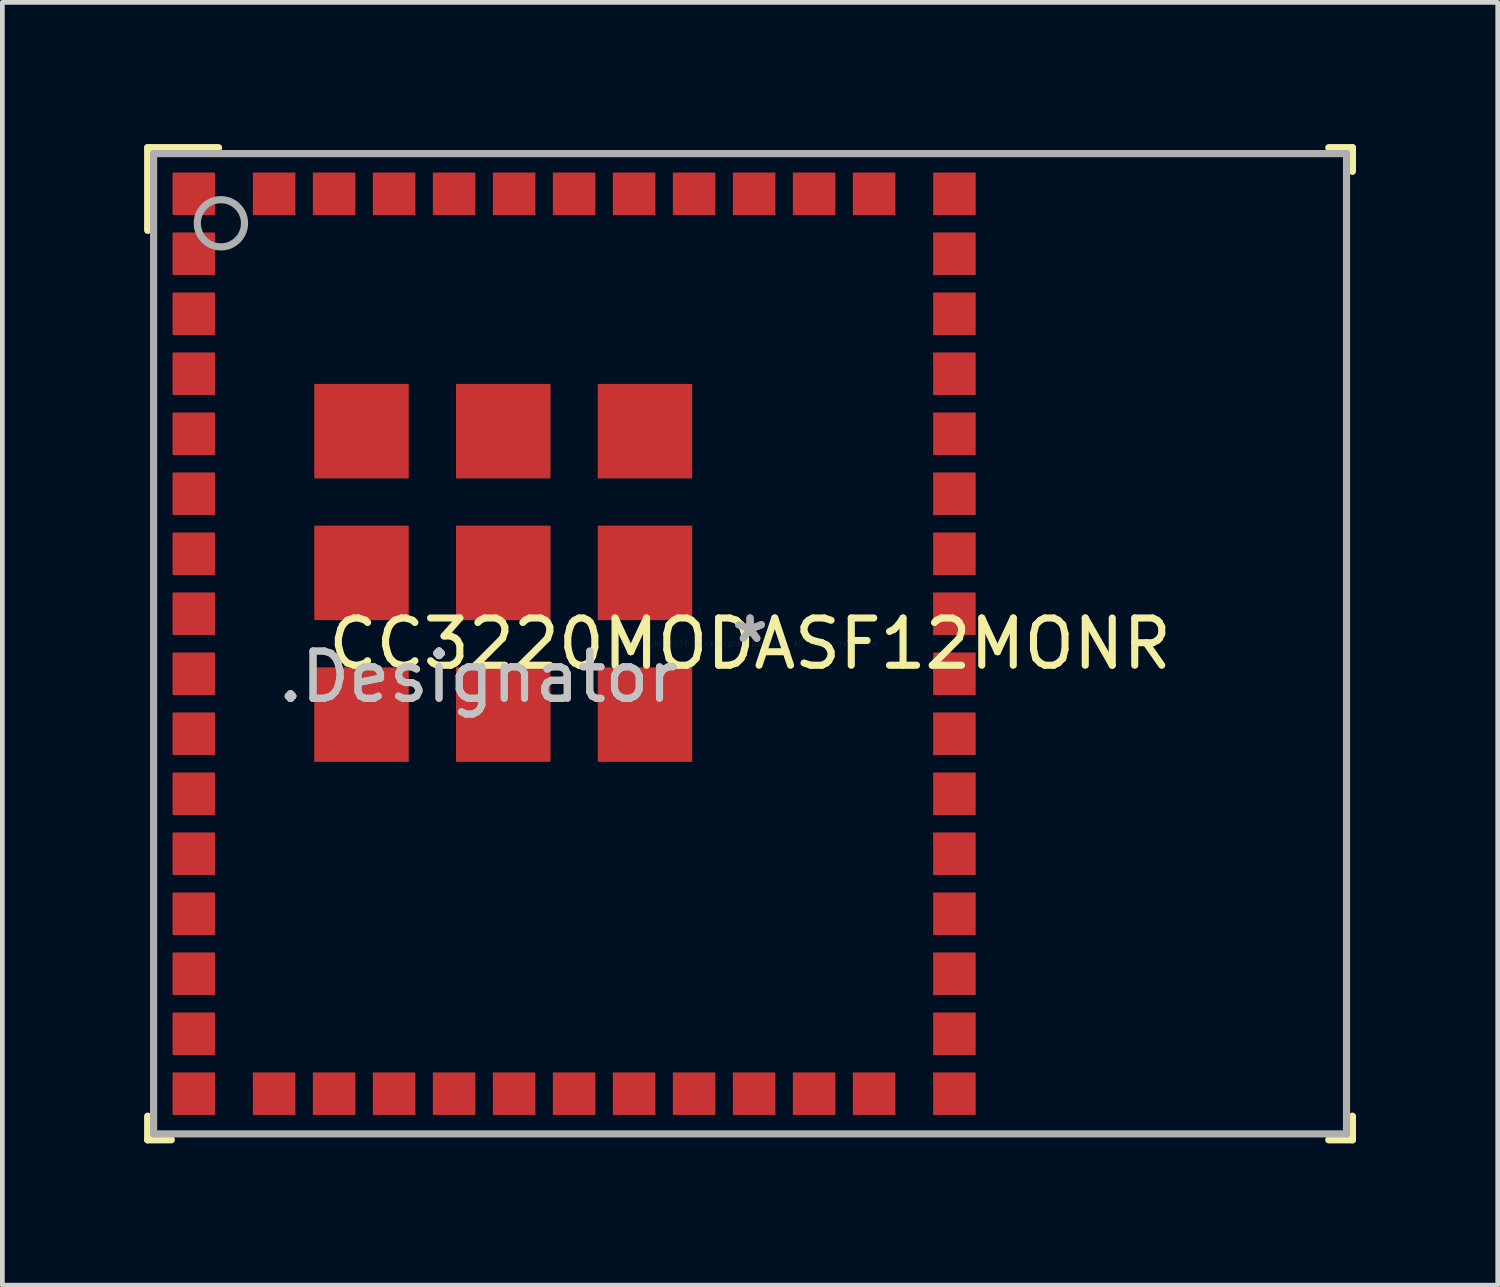
<source format=kicad_pcb>
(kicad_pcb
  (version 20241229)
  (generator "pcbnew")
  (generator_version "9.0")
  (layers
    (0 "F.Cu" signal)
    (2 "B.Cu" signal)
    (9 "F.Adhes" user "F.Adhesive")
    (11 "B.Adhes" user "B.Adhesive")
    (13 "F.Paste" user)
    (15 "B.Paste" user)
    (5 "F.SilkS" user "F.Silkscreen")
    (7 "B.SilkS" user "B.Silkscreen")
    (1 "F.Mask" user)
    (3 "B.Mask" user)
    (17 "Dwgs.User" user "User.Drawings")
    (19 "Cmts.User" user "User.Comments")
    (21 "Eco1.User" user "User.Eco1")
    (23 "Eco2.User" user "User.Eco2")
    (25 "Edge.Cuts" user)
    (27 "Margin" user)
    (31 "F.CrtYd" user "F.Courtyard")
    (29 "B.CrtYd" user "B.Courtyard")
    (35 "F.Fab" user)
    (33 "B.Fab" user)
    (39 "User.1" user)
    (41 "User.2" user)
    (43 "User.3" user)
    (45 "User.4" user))
  (footprint "CC3220MODASF12MONR"
    (layer "F.Cu")
    (at 12.826 10.576)
    (property "Reference" "CC3220MODASF12MONR" (at 0 0 0) (layer "F.SilkS") (effects (font (size 1 1) (thickness 0.15))))
    (attr through_hole)
    (fp_line (start -9.224 -4.479) (end -9.209 -4.515) (stroke (width 0.152) (type solid)) (layer "F.Mask"))
    (fp_line (start -9.224 -3.55) (end -9.224 -4.479) (stroke (width 0.152) (type solid)) (layer "F.Mask"))
    (fp_line (start -9.209 -4.515) (end -8.239 -5.485) (stroke (width 0.152) (type solid)) (layer "F.Mask"))
    (fp_line (start -9.209 -4.515) (end -9.209 -4.515) (stroke (width 0.152) (type solid)) (layer "F.Mask"))
    (fp_line (start -9.174 -3.5) (end -9.224 -3.55) (stroke (width 0.152) (type solid)) (layer "F.Mask"))
    (fp_line (start -8.239 -5.485) (end -8.239 -5.485) (stroke (width 0.152) (type solid)) (layer "F.Mask"))
    (fp_line (start -8.239 -5.485) (end -8.203 -5.5) (stroke (width 0.152) (type solid)) (layer "F.Mask"))
    (fp_line (start -8.203 -5.5) (end -7.274 -5.5) (stroke (width 0.152) (type solid)) (layer "F.Mask"))
    (fp_line (start -7.274 -5.5) (end -7.224 -5.45) (stroke (width 0.152) (type solid)) (layer "F.Mask"))
    (fp_line (start -7.274 -3.5) (end -9.174 -3.5) (stroke (width 0.152) (type solid)) (layer "F.Mask"))
    (fp_line (start -7.224 -5.45) (end -7.224 -3.55) (stroke (width 0.152) (type solid)) (layer "F.Mask"))
    (fp_line (start -7.224 -3.55) (end -7.274 -3.5) (stroke (width 0.152) (type solid)) (layer "F.Mask"))
    (fp_line (start -12.75 -10.5) (end -11.25 -10.5) (stroke (width 0.152) (type solid)) (layer "F.SilkS"))
    (fp_line (start -12.75 -8.75) (end -12.75 -10.5) (stroke (width 0.152) (type solid)) (layer "F.SilkS"))
    (fp_line (start -12.75 10.5) (end -12.75 10) (stroke (width 0.152) (type solid)) (layer "F.SilkS"))
    (fp_line (start -12.75 10.5) (end -12.25 10.5) (stroke (width 0.152) (type solid)) (layer "F.SilkS"))
    (fp_line (start 12.25 -10.5) (end 12.75 -10.5) (stroke (width 0.152) (type solid)) (layer "F.SilkS"))
    (fp_line (start 12.25 10.5) (end 12.75 10.5) (stroke (width 0.152) (type solid)) (layer "F.SilkS"))
    (fp_line (start 12.75 -10) (end 12.75 -10.5) (stroke (width 0.152) (type solid)) (layer "F.SilkS"))
    (fp_line (start 12.75 10.5) (end 12.75 10) (stroke (width 0.152) (type solid)) (layer "F.SilkS"))
    (fp_line (start -9.219 -4.346) (end -9.218 -4.356) (stroke (width 0.152) (type solid)) (layer "F.Paste"))
    (fp_line (start -9.219 -3.554) (end -9.219 -4.346) (stroke (width 0.152) (type solid)) (layer "F.Paste"))
    (fp_line (start -9.219 -2.446) (end -9.218 -2.456) (stroke (width 0.152) (type solid)) (layer "F.Paste"))
    (fp_line (start -9.219 -1.654) (end -9.219 -2.446) (stroke (width 0.152) (type solid)) (layer "F.Paste"))
    (fp_line (start -9.219 -1.346) (end -9.218 -1.356) (stroke (width 0.152) (type solid)) (layer "F.Paste"))
    (fp_line (start -9.219 -0.554) (end -9.219 -1.346) (stroke (width 0.152) (type solid)) (layer "F.Paste"))
    (fp_line (start -9.219 0.554) (end -9.218 0.544) (stroke (width 0.152) (type solid)) (layer "F.Paste"))
    (fp_line (start -9.219 1.346) (end -9.219 0.554) (stroke (width 0.152) (type solid)) (layer "F.Paste"))
    (fp_line (start -9.219 1.654) (end -9.218 1.644) (stroke (width 0.152) (type solid)) (layer "F.Paste"))
    (fp_line (start -9.219 2.446) (end -9.219 1.654) (stroke (width 0.152) (type solid)) (layer "F.Paste"))
    (fp_line (start -9.218 -4.356) (end -9.215 -4.365) (stroke (width 0.152) (type solid)) (layer "F.Paste"))
    (fp_line (start -9.218 -3.544) (end -9.219 -3.554) (stroke (width 0.152) (type solid)) (layer "F.Paste"))
    (fp_line (start -9.218 -2.456) (end -9.215 -2.465) (stroke (width 0.152) (type solid)) (layer "F.Paste"))
    (fp_line (start -9.218 -1.644) (end -9.219 -1.654) (stroke (width 0.152) (type solid)) (layer "F.Paste"))
    (fp_line (start -9.218 -1.356) (end -9.215 -1.365) (stroke (width 0.152) (type solid)) (layer "F.Paste"))
    (fp_line (start -9.218 -0.544) (end -9.219 -0.554) (stroke (width 0.152) (type solid)) (layer "F.Paste"))
    (fp_line (start -9.218 0.544) (end -9.215 0.535) (stroke (width 0.152) (type solid)) (layer "F.Paste"))
    (fp_line (start -9.218 1.356) (end -9.219 1.346) (stroke (width 0.152) (type solid)) (layer "F.Paste"))
    (fp_line (start -9.218 1.644) (end -9.215 1.635) (stroke (width 0.152) (type solid)) (layer "F.Paste"))
    (fp_line (start -9.218 2.456) (end -9.219 2.446) (stroke (width 0.152) (type solid)) (layer "F.Paste"))
    (fp_line (start -9.215 -4.365) (end -9.211 -4.373) (stroke (width 0.152) (type solid)) (layer "F.Paste"))
    (fp_line (start -9.215 -3.535) (end -9.218 -3.544) (stroke (width 0.152) (type solid)) (layer "F.Paste"))
    (fp_line (start -9.215 -2.465) (end -9.211 -2.473) (stroke (width 0.152) (type solid)) (layer "F.Paste"))
    (fp_line (start -9.215 -1.635) (end -9.218 -1.644) (stroke (width 0.152) (type solid)) (layer "F.Paste"))
    (fp_line (start -9.215 -1.365) (end -9.211 -1.373) (stroke (width 0.152) (type solid)) (layer "F.Paste"))
    (fp_line (start -9.215 -0.535) (end -9.218 -0.544) (stroke (width 0.152) (type solid)) (layer "F.Paste"))
    (fp_line (start -9.215 0.535) (end -9.211 0.527) (stroke (width 0.152) (type solid)) (layer "F.Paste"))
    (fp_line (start -9.215 1.365) (end -9.218 1.356) (stroke (width 0.152) (type solid)) (layer "F.Paste"))
    (fp_line (start -9.215 1.635) (end -9.211 1.627) (stroke (width 0.152) (type solid)) (layer "F.Paste"))
    (fp_line (start -9.215 2.465) (end -9.218 2.456) (stroke (width 0.152) (type solid)) (layer "F.Paste"))
    (fp_line (start -9.211 -4.373) (end -9.205 -4.381) (stroke (width 0.152) (type solid)) (layer "F.Paste"))
    (fp_line (start -9.211 -3.527) (end -9.215 -3.535) (stroke (width 0.152) (type solid)) (layer "F.Paste"))
    (fp_line (start -9.211 -2.473) (end -9.205 -2.481) (stroke (width 0.152) (type solid)) (layer "F.Paste"))
    (fp_line (start -9.211 -1.627) (end -9.215 -1.635) (stroke (width 0.152) (type solid)) (layer "F.Paste"))
    (fp_line (start -9.211 -1.373) (end -9.205 -1.381) (stroke (width 0.152) (type solid)) (layer "F.Paste"))
    (fp_line (start -9.211 -0.527) (end -9.215 -0.535) (stroke (width 0.152) (type solid)) (layer "F.Paste"))
    (fp_line (start -9.211 0.527) (end -9.205 0.519) (stroke (width 0.152) (type solid)) (layer "F.Paste"))
    (fp_line (start -9.211 1.373) (end -9.215 1.365) (stroke (width 0.152) (type solid)) (layer "F.Paste"))
    (fp_line (start -9.211 1.627) (end -9.205 1.619) (stroke (width 0.152) (type solid)) (layer "F.Paste"))
    (fp_line (start -9.211 2.473) (end -9.215 2.465) (stroke (width 0.152) (type solid)) (layer "F.Paste"))
    (fp_line (start -9.205 -4.381) (end -9.197 -4.387) (stroke (width 0.152) (type solid)) (layer "F.Paste"))
    (fp_line (start -9.205 -3.519) (end -9.211 -3.527) (stroke (width 0.152) (type solid)) (layer "F.Paste"))
    (fp_line (start -9.205 -2.481) (end -9.197 -2.487) (stroke (width 0.152) (type solid)) (layer "F.Paste"))
    (fp_line (start -9.205 -1.619) (end -9.211 -1.627) (stroke (width 0.152) (type solid)) (layer "F.Paste"))
    (fp_line (start -9.205 -1.381) (end -9.197 -1.387) (stroke (width 0.152) (type solid)) (layer "F.Paste"))
    (fp_line (start -9.205 -0.519) (end -9.211 -0.527) (stroke (width 0.152) (type solid)) (layer "F.Paste"))
    (fp_line (start -9.205 0.519) (end -9.197 0.513) (stroke (width 0.152) (type solid)) (layer "F.Paste"))
    (fp_line (start -9.205 1.381) (end -9.211 1.373) (stroke (width 0.152) (type solid)) (layer "F.Paste"))
    (fp_line (start -9.205 1.619) (end -9.197 1.613) (stroke (width 0.152) (type solid)) (layer "F.Paste"))
    (fp_line (start -9.205 2.481) (end -9.211 2.473) (stroke (width 0.152) (type solid)) (layer "F.Paste"))
    (fp_line (start -9.197 -4.387) (end -9.189 -4.391) (stroke (width 0.152) (type solid)) (layer "F.Paste"))
    (fp_line (start -9.197 -3.513) (end -9.205 -3.519) (stroke (width 0.152) (type solid)) (layer "F.Paste"))
    (fp_line (start -9.197 -2.487) (end -9.189 -2.491) (stroke (width 0.152) (type solid)) (layer "F.Paste"))
    (fp_line (start -9.197 -1.613) (end -9.205 -1.619) (stroke (width 0.152) (type solid)) (layer "F.Paste"))
    (fp_line (start -9.197 -1.387) (end -9.189 -1.391) (stroke (width 0.152) (type solid)) (layer "F.Paste"))
    (fp_line (start -9.197 -0.513) (end -9.205 -0.519) (stroke (width 0.152) (type solid)) (layer "F.Paste"))
    (fp_line (start -9.197 0.513) (end -9.189 0.509) (stroke (width 0.152) (type solid)) (layer "F.Paste"))
    (fp_line (start -9.197 1.387) (end -9.205 1.381) (stroke (width 0.152) (type solid)) (layer "F.Paste"))
    (fp_line (start -9.197 1.613) (end -9.189 1.609) (stroke (width 0.152) (type solid)) (layer "F.Paste"))
    (fp_line (start -9.197 2.487) (end -9.205 2.481) (stroke (width 0.152) (type solid)) (layer "F.Paste"))
    (fp_line (start -9.189 -4.391) (end -9.18 -4.394) (stroke (width 0.152) (type solid)) (layer "F.Paste"))
    (fp_line (start -9.189 -3.509) (end -9.197 -3.513) (stroke (width 0.152) (type solid)) (layer "F.Paste"))
    (fp_line (start -9.189 -2.491) (end -9.18 -2.494) (stroke (width 0.152) (type solid)) (layer "F.Paste"))
    (fp_line (start -9.189 -1.609) (end -9.197 -1.613) (stroke (width 0.152) (type solid)) (layer "F.Paste"))
    (fp_line (start -9.189 -1.391) (end -9.18 -1.394) (stroke (width 0.152) (type solid)) (layer "F.Paste"))
    (fp_line (start -9.189 -0.509) (end -9.197 -0.513) (stroke (width 0.152) (type solid)) (layer "F.Paste"))
    (fp_line (start -9.189 0.509) (end -9.18 0.506) (stroke (width 0.152) (type solid)) (layer "F.Paste"))
    (fp_line (start -9.189 1.391) (end -9.197 1.387) (stroke (width 0.152) (type solid)) (layer "F.Paste"))
    (fp_line (start -9.189 1.609) (end -9.18 1.606) (stroke (width 0.152) (type solid)) (layer "F.Paste"))
    (fp_line (start -9.189 2.491) (end -9.197 2.487) (stroke (width 0.152) (type solid)) (layer "F.Paste"))
    (fp_line (start -9.18 -4.394) (end -9.17 -4.395) (stroke (width 0.152) (type solid)) (layer "F.Paste"))
    (fp_line (start -9.18 -3.506) (end -9.189 -3.509) (stroke (width 0.152) (type solid)) (layer "F.Paste"))
    (fp_line (start -9.18 -2.494) (end -9.17 -2.495) (stroke (width 0.152) (type solid)) (layer "F.Paste"))
    (fp_line (start -9.18 -1.606) (end -9.189 -1.609) (stroke (width 0.152) (type solid)) (layer "F.Paste"))
    (fp_line (start -9.18 -1.394) (end -9.17 -1.395) (stroke (width 0.152) (type solid)) (layer "F.Paste"))
    (fp_line (start -9.18 -0.506) (end -9.189 -0.509) (stroke (width 0.152) (type solid)) (layer "F.Paste"))
    (fp_line (start -9.18 0.506) (end -9.17 0.505) (stroke (width 0.152) (type solid)) (layer "F.Paste"))
    (fp_line (start -9.18 1.394) (end -9.189 1.391) (stroke (width 0.152) (type solid)) (layer "F.Paste"))
    (fp_line (start -9.18 1.606) (end -9.17 1.605) (stroke (width 0.152) (type solid)) (layer "F.Paste"))
    (fp_line (start -9.18 2.494) (end -9.189 2.491) (stroke (width 0.152) (type solid)) (layer "F.Paste"))
    (fp_line (start -9.17 -4.395) (end -8.378 -4.395) (stroke (width 0.152) (type solid)) (layer "F.Paste"))
    (fp_line (start -9.17 -3.505) (end -9.18 -3.506) (stroke (width 0.152) (type solid)) (layer "F.Paste"))
    (fp_line (start -9.17 -2.495) (end -8.378 -2.495) (stroke (width 0.152) (type solid)) (layer "F.Paste"))
    (fp_line (start -9.17 -1.605) (end -9.18 -1.606) (stroke (width 0.152) (type solid)) (layer "F.Paste"))
    (fp_line (start -9.17 -1.395) (end -8.378 -1.395) (stroke (width 0.152) (type solid)) (layer "F.Paste"))
    (fp_line (start -9.17 -0.505) (end -9.18 -0.506) (stroke (width 0.152) (type solid)) (layer "F.Paste"))
    (fp_line (start -9.17 0.505) (end -8.378 0.505) (stroke (width 0.152) (type solid)) (layer "F.Paste"))
    (fp_line (start -9.17 1.395) (end -9.18 1.394) (stroke (width 0.152) (type solid)) (layer "F.Paste"))
    (fp_line (start -9.17 1.605) (end -8.378 1.605) (stroke (width 0.152) (type solid)) (layer "F.Paste"))
    (fp_line (start -9.17 2.495) (end -9.18 2.494) (stroke (width 0.152) (type solid)) (layer "F.Paste"))
    (fp_line (start -8.774 -5) (end -8.724 -5.05) (stroke (width 0.152) (type solid)) (layer "F.Paste"))
    (fp_line (start -8.774 -4.65) (end -8.774 -5) (stroke (width 0.152) (type solid)) (layer "F.Paste"))
    (fp_line (start -8.724 -5.05) (end -8.174 -5.05) (stroke (width 0.152) (type solid)) (layer "F.Paste"))
    (fp_line (start -8.724 -4.6) (end -8.774 -4.65) (stroke (width 0.152) (type solid)) (layer "F.Paste"))
    (fp_line (start -8.378 -4.395) (end -8.368 -4.394) (stroke (width 0.152) (type solid)) (layer "F.Paste"))
    (fp_line (start -8.378 -3.505) (end -9.17 -3.505) (stroke (width 0.152) (type solid)) (layer "F.Paste"))
    (fp_line (start -8.378 -2.495) (end -8.368 -2.494) (stroke (width 0.152) (type solid)) (layer "F.Paste"))
    (fp_line (start -8.378 -1.605) (end -9.17 -1.605) (stroke (width 0.152) (type solid)) (layer "F.Paste"))
    (fp_line (start -8.378 -1.395) (end -8.368 -1.394) (stroke (width 0.152) (type solid)) (layer "F.Paste"))
    (fp_line (start -8.378 -0.505) (end -9.17 -0.505) (stroke (width 0.152) (type solid)) (layer "F.Paste"))
    (fp_line (start -8.378 0.505) (end -8.368 0.506) (stroke (width 0.152) (type solid)) (layer "F.Paste"))
    (fp_line (start -8.378 1.395) (end -9.17 1.395) (stroke (width 0.152) (type solid)) (layer "F.Paste"))
    (fp_line (start -8.378 1.605) (end -8.368 1.606) (stroke (width 0.152) (type solid)) (layer "F.Paste"))
    (fp_line (start -8.378 2.495) (end -9.17 2.495) (stroke (width 0.152) (type solid)) (layer "F.Paste"))
    (fp_line (start -8.368 -4.394) (end -8.359 -4.391) (stroke (width 0.152) (type solid)) (layer "F.Paste"))
    (fp_line (start -8.368 -3.506) (end -8.378 -3.505) (stroke (width 0.152) (type solid)) (layer "F.Paste"))
    (fp_line (start -8.368 -2.494) (end -8.359 -2.491) (stroke (width 0.152) (type solid)) (layer "F.Paste"))
    (fp_line (start -8.368 -1.606) (end -8.378 -1.605) (stroke (width 0.152) (type solid)) (layer "F.Paste"))
    (fp_line (start -8.368 -1.394) (end -8.359 -1.391) (stroke (width 0.152) (type solid)) (layer "F.Paste"))
    (fp_line (start -8.368 -0.506) (end -8.378 -0.505) (stroke (width 0.152) (type solid)) (layer "F.Paste"))
    (fp_line (start -8.368 0.506) (end -8.359 0.509) (stroke (width 0.152) (type solid)) (layer "F.Paste"))
    (fp_line (start -8.368 1.394) (end -8.378 1.395) (stroke (width 0.152) (type solid)) (layer "F.Paste"))
    (fp_line (start -8.368 1.606) (end -8.359 1.609) (stroke (width 0.152) (type solid)) (layer "F.Paste"))
    (fp_line (start -8.368 2.494) (end -8.378 2.495) (stroke (width 0.152) (type solid)) (layer "F.Paste"))
    (fp_line (start -8.359 -4.391) (end -8.351 -4.387) (stroke (width 0.152) (type solid)) (layer "F.Paste"))
    (fp_line (start -8.359 -3.509) (end -8.368 -3.506) (stroke (width 0.152) (type solid)) (layer "F.Paste"))
    (fp_line (start -8.359 -2.491) (end -8.351 -2.487) (stroke (width 0.152) (type solid)) (layer "F.Paste"))
    (fp_line (start -8.359 -1.609) (end -8.368 -1.606) (stroke (width 0.152) (type solid)) (layer "F.Paste"))
    (fp_line (start -8.359 -1.391) (end -8.351 -1.387) (stroke (width 0.152) (type solid)) (layer "F.Paste"))
    (fp_line (start -8.359 -0.509) (end -8.368 -0.506) (stroke (width 0.152) (type solid)) (layer "F.Paste"))
    (fp_line (start -8.359 0.509) (end -8.351 0.513) (stroke (width 0.152) (type solid)) (layer "F.Paste"))
    (fp_line (start -8.359 1.391) (end -8.368 1.394) (stroke (width 0.152) (type solid)) (layer "F.Paste"))
    (fp_line (start -8.359 1.609) (end -8.351 1.613) (stroke (width 0.152) (type solid)) (layer "F.Paste"))
    (fp_line (start -8.359 2.491) (end -8.368 2.494) (stroke (width 0.152) (type solid)) (layer "F.Paste"))
    (fp_line (start -8.351 -4.387) (end -8.343 -4.381) (stroke (width 0.152) (type solid)) (layer "F.Paste"))
    (fp_line (start -8.351 -3.513) (end -8.359 -3.509) (stroke (width 0.152) (type solid)) (layer "F.Paste"))
    (fp_line (start -8.351 -2.487) (end -8.343 -2.481) (stroke (width 0.152) (type solid)) (layer "F.Paste"))
    (fp_line (start -8.351 -1.613) (end -8.359 -1.609) (stroke (width 0.152) (type solid)) (layer "F.Paste"))
    (fp_line (start -8.351 -1.387) (end -8.343 -1.381) (stroke (width 0.152) (type solid)) (layer "F.Paste"))
    (fp_line (start -8.351 -0.513) (end -8.359 -0.509) (stroke (width 0.152) (type solid)) (layer "F.Paste"))
    (fp_line (start -8.351 0.513) (end -8.343 0.519) (stroke (width 0.152) (type solid)) (layer "F.Paste"))
    (fp_line (start -8.351 1.387) (end -8.359 1.391) (stroke (width 0.152) (type solid)) (layer "F.Paste"))
    (fp_line (start -8.351 1.613) (end -8.343 1.619) (stroke (width 0.152) (type solid)) (layer "F.Paste"))
    (fp_line (start -8.351 2.487) (end -8.359 2.491) (stroke (width 0.152) (type solid)) (layer "F.Paste"))
    (fp_line (start -8.343 -4.381) (end -8.337 -4.373) (stroke (width 0.152) (type solid)) (layer "F.Paste"))
    (fp_line (start -8.343 -3.519) (end -8.351 -3.513) (stroke (width 0.152) (type solid)) (layer "F.Paste"))
    (fp_line (start -8.343 -2.481) (end -8.337 -2.473) (stroke (width 0.152) (type solid)) (layer "F.Paste"))
    (fp_line (start -8.343 -1.619) (end -8.351 -1.613) (stroke (width 0.152) (type solid)) (layer "F.Paste"))
    (fp_line (start -8.343 -1.381) (end -8.337 -1.373) (stroke (width 0.152) (type solid)) (layer "F.Paste"))
    (fp_line (start -8.343 -0.519) (end -8.351 -0.513) (stroke (width 0.152) (type solid)) (layer "F.Paste"))
    (fp_line (start -8.343 0.519) (end -8.337 0.527) (stroke (width 0.152) (type solid)) (layer "F.Paste"))
    (fp_line (start -8.343 1.381) (end -8.351 1.387) (stroke (width 0.152) (type solid)) (layer "F.Paste"))
    (fp_line (start -8.343 1.619) (end -8.337 1.627) (stroke (width 0.152) (type solid)) (layer "F.Paste"))
    (fp_line (start -8.343 2.481) (end -8.351 2.487) (stroke (width 0.152) (type solid)) (layer "F.Paste"))
    (fp_line (start -8.337 -4.373) (end -8.333 -4.365) (stroke (width 0.152) (type solid)) (layer "F.Paste"))
    (fp_line (start -8.337 -3.527) (end -8.343 -3.519) (stroke (width 0.152) (type solid)) (layer "F.Paste"))
    (fp_line (start -8.337 -2.473) (end -8.333 -2.465) (stroke (width 0.152) (type solid)) (layer "F.Paste"))
    (fp_line (start -8.337 -1.627) (end -8.343 -1.619) (stroke (width 0.152) (type solid)) (layer "F.Paste"))
    (fp_line (start -8.337 -1.373) (end -8.333 -1.365) (stroke (width 0.152) (type solid)) (layer "F.Paste"))
    (fp_line (start -8.337 -0.527) (end -8.343 -0.519) (stroke (width 0.152) (type solid)) (layer "F.Paste"))
    (fp_line (start -8.337 0.527) (end -8.333 0.535) (stroke (width 0.152) (type solid)) (layer "F.Paste"))
    (fp_line (start -8.337 1.373) (end -8.343 1.381) (stroke (width 0.152) (type solid)) (layer "F.Paste"))
    (fp_line (start -8.337 1.627) (end -8.333 1.635) (stroke (width 0.152) (type solid)) (layer "F.Paste"))
    (fp_line (start -8.337 2.473) (end -8.343 2.481) (stroke (width 0.152) (type solid)) (layer "F.Paste"))
    (fp_line (start -8.333 -4.365) (end -8.33 -4.356) (stroke (width 0.152) (type solid)) (layer "F.Paste"))
    (fp_line (start -8.333 -3.535) (end -8.337 -3.527) (stroke (width 0.152) (type solid)) (layer "F.Paste"))
    (fp_line (start -8.333 -2.465) (end -8.33 -2.456) (stroke (width 0.152) (type solid)) (layer "F.Paste"))
    (fp_line (start -8.333 -1.635) (end -8.337 -1.627) (stroke (width 0.152) (type solid)) (layer "F.Paste"))
    (fp_line (start -8.333 -1.365) (end -8.33 -1.356) (stroke (width 0.152) (type solid)) (layer "F.Paste"))
    (fp_line (start -8.333 -0.535) (end -8.337 -0.527) (stroke (width 0.152) (type solid)) (layer "F.Paste"))
    (fp_line (start -8.333 0.535) (end -8.33 0.544) (stroke (width 0.152) (type solid)) (layer "F.Paste"))
    (fp_line (start -8.333 1.365) (end -8.337 1.373) (stroke (width 0.152) (type solid)) (layer "F.Paste"))
    (fp_line (start -8.333 1.635) (end -8.33 1.644) (stroke (width 0.152) (type solid)) (layer "F.Paste"))
    (fp_line (start -8.333 2.465) (end -8.337 2.473) (stroke (width 0.152) (type solid)) (layer "F.Paste"))
    (fp_line (start -8.33 -4.356) (end -8.329 -4.346) (stroke (width 0.152) (type solid)) (layer "F.Paste"))
    (fp_line (start -8.33 -3.544) (end -8.333 -3.535) (stroke (width 0.152) (type solid)) (layer "F.Paste"))
    (fp_line (start -8.33 -2.456) (end -8.329 -2.446) (stroke (width 0.152) (type solid)) (layer "F.Paste"))
    (fp_line (start -8.33 -1.644) (end -8.333 -1.635) (stroke (width 0.152) (type solid)) (layer "F.Paste"))
    (fp_line (start -8.33 -1.356) (end -8.329 -1.346) (stroke (width 0.152) (type solid)) (layer "F.Paste"))
    (fp_line (start -8.33 -0.544) (end -8.333 -0.535) (stroke (width 0.152) (type solid)) (layer "F.Paste"))
    (fp_line (start -8.33 0.544) (end -8.329 0.554) (stroke (width 0.152) (type solid)) (layer "F.Paste"))
    (fp_line (start -8.33 1.356) (end -8.333 1.365) (stroke (width 0.152) (type solid)) (layer "F.Paste"))
    (fp_line (start -8.33 1.644) (end -8.329 1.654) (stroke (width 0.152) (type solid)) (layer "F.Paste"))
    (fp_line (start -8.33 2.456) (end -8.333 2.465) (stroke (width 0.152) (type solid)) (layer "F.Paste"))
    (fp_line (start -8.329 -4.346) (end -8.329 -3.554) (stroke (width 0.152) (type solid)) (layer "F.Paste"))
    (fp_line (start -8.329 -3.554) (end -8.33 -3.544) (stroke (width 0.152) (type solid)) (layer "F.Paste"))
    (fp_line (start -8.329 -2.446) (end -8.329 -1.654) (stroke (width 0.152) (type solid)) (layer "F.Paste"))
    (fp_line (start -8.329 -1.654) (end -8.33 -1.644) (stroke (width 0.152) (type solid)) (layer "F.Paste"))
    (fp_line (start -8.329 -1.346) (end -8.329 -0.554) (stroke (width 0.152) (type solid)) (layer "F.Paste"))
    (fp_line (start -8.329 -0.554) (end -8.33 -0.544) (stroke (width 0.152) (type solid)) (layer "F.Paste"))
    (fp_line (start -8.329 0.554) (end -8.329 1.346) (stroke (width 0.152) (type solid)) (layer "F.Paste"))
    (fp_line (start -8.329 1.346) (end -8.33 1.356) (stroke (width 0.152) (type solid)) (layer "F.Paste"))
    (fp_line (start -8.329 1.654) (end -8.329 2.446) (stroke (width 0.152) (type solid)) (layer "F.Paste"))
    (fp_line (start -8.329 2.446) (end -8.33 2.456) (stroke (width 0.152) (type solid)) (layer "F.Paste"))
    (fp_line (start -8.174 -5.05) (end -8.124 -5.1) (stroke (width 0.152) (type solid)) (layer "F.Paste"))
    (fp_line (start -8.124 -5.44) (end -8.074 -5.49) (stroke (width 0.152) (type solid)) (layer "F.Paste"))
    (fp_line (start -8.124 -5.1) (end -8.124 -5.44) (stroke (width 0.152) (type solid)) (layer "F.Paste"))
    (fp_line (start -8.119 -2.446) (end -8.118 -2.456) (stroke (width 0.152) (type solid)) (layer "F.Paste"))
    (fp_line (start -8.119 -1.654) (end -8.119 -2.446) (stroke (width 0.152) (type solid)) (layer "F.Paste"))
    (fp_line (start -8.119 -1.346) (end -8.118 -1.356) (stroke (width 0.152) (type solid)) (layer "F.Paste"))
    (fp_line (start -8.119 -0.554) (end -8.119 -1.346) (stroke (width 0.152) (type solid)) (layer "F.Paste"))
    (fp_line (start -8.119 -4.346) (end -8.118 -4.356) (stroke (width 0.152) (type solid)) (layer "F.Paste"))
    (fp_line (start -8.119 -3.554) (end -8.119 -4.346) (stroke (width 0.152) (type solid)) (layer "F.Paste"))
    (fp_line (start -8.119 0.554) (end -8.118 0.544) (stroke (width 0.152) (type solid)) (layer "F.Paste"))
    (fp_line (start -8.119 1.346) (end -8.119 0.554) (stroke (width 0.152) (type solid)) (layer "F.Paste"))
    (fp_line (start -8.119 1.654) (end -8.118 1.644) (stroke (width 0.152) (type solid)) (layer "F.Paste"))
    (fp_line (start -8.119 2.446) (end -8.119 1.654) (stroke (width 0.152) (type solid)) (layer "F.Paste"))
    (fp_line (start -8.118 -2.456) (end -8.115 -2.465) (stroke (width 0.152) (type solid)) (layer "F.Paste"))
    (fp_line (start -8.118 -1.644) (end -8.119 -1.654) (stroke (width 0.152) (type solid)) (layer "F.Paste"))
    (fp_line (start -8.118 -1.356) (end -8.115 -1.365) (stroke (width 0.152) (type solid)) (layer "F.Paste"))
    (fp_line (start -8.118 -0.544) (end -8.119 -0.554) (stroke (width 0.152) (type solid)) (layer "F.Paste"))
    (fp_line (start -8.118 -4.356) (end -8.115 -4.365) (stroke (width 0.152) (type solid)) (layer "F.Paste"))
    (fp_line (start -8.118 -3.544) (end -8.119 -3.554) (stroke (width 0.152) (type solid)) (layer "F.Paste"))
    (fp_line (start -8.118 0.544) (end -8.115 0.535) (stroke (width 0.152) (type solid)) (layer "F.Paste"))
    (fp_line (start -8.118 1.356) (end -8.119 1.346) (stroke (width 0.152) (type solid)) (layer "F.Paste"))
    (fp_line (start -8.118 1.644) (end -8.115 1.635) (stroke (width 0.152) (type solid)) (layer "F.Paste"))
    (fp_line (start -8.118 2.456) (end -8.119 2.446) (stroke (width 0.152) (type solid)) (layer "F.Paste"))
    (fp_line (start -8.115 -2.465) (end -8.111 -2.473) (stroke (width 0.152) (type solid)) (layer "F.Paste"))
    (fp_line (start -8.115 -1.635) (end -8.118 -1.644) (stroke (width 0.152) (type solid)) (layer "F.Paste"))
    (fp_line (start -8.115 -1.365) (end -8.111 -1.373) (stroke (width 0.152) (type solid)) (layer "F.Paste"))
    (fp_line (start -8.115 -0.535) (end -8.118 -0.544) (stroke (width 0.152) (type solid)) (layer "F.Paste"))
    (fp_line (start -8.115 -4.365) (end -8.111 -4.373) (stroke (width 0.152) (type solid)) (layer "F.Paste"))
    (fp_line (start -8.115 -3.535) (end -8.118 -3.544) (stroke (width 0.152) (type solid)) (layer "F.Paste"))
    (fp_line (start -8.115 0.535) (end -8.111 0.527) (stroke (width 0.152) (type solid)) (layer "F.Paste"))
    (fp_line (start -8.115 1.365) (end -8.118 1.356) (stroke (width 0.152) (type solid)) (layer "F.Paste"))
    (fp_line (start -8.115 1.635) (end -8.111 1.627) (stroke (width 0.152) (type solid)) (layer "F.Paste"))
    (fp_line (start -8.115 2.465) (end -8.118 2.456) (stroke (width 0.152) (type solid)) (layer "F.Paste"))
    (fp_line (start -8.111 -2.473) (end -8.105 -2.481) (stroke (width 0.152) (type solid)) (layer "F.Paste"))
    (fp_line (start -8.111 -1.627) (end -8.115 -1.635) (stroke (width 0.152) (type solid)) (layer "F.Paste"))
    (fp_line (start -8.111 -1.373) (end -8.105 -1.381) (stroke (width 0.152) (type solid)) (layer "F.Paste"))
    (fp_line (start -8.111 -0.527) (end -8.115 -0.535) (stroke (width 0.152) (type solid)) (layer "F.Paste"))
    (fp_line (start -8.111 -4.373) (end -8.105 -4.381) (stroke (width 0.152) (type solid)) (layer "F.Paste"))
    (fp_line (start -8.111 -3.527) (end -8.115 -3.535) (stroke (width 0.152) (type solid)) (layer "F.Paste"))
    (fp_line (start -8.111 0.527) (end -8.105 0.519) (stroke (width 0.152) (type solid)) (layer "F.Paste"))
    (fp_line (start -8.111 1.373) (end -8.115 1.365) (stroke (width 0.152) (type solid)) (layer "F.Paste"))
    (fp_line (start -8.111 1.627) (end -8.105 1.619) (stroke (width 0.152) (type solid)) (layer "F.Paste"))
    (fp_line (start -8.111 2.473) (end -8.115 2.465) (stroke (width 0.152) (type solid)) (layer "F.Paste"))
    (fp_line (start -8.105 -2.481) (end -8.097 -2.487) (stroke (width 0.152) (type solid)) (layer "F.Paste"))
    (fp_line (start -8.105 -1.619) (end -8.111 -1.627) (stroke (width 0.152) (type solid)) (layer "F.Paste"))
    (fp_line (start -8.105 -1.381) (end -8.097 -1.387) (stroke (width 0.152) (type solid)) (layer "F.Paste"))
    (fp_line (start -8.105 -0.519) (end -8.111 -0.527) (stroke (width 0.152) (type solid)) (layer "F.Paste"))
    (fp_line (start -8.105 -4.381) (end -8.097 -4.387) (stroke (width 0.152) (type solid)) (layer "F.Paste"))
    (fp_line (start -8.105 -3.519) (end -8.111 -3.527) (stroke (width 0.152) (type solid)) (layer "F.Paste"))
    (fp_line (start -8.105 0.519) (end -8.097 0.513) (stroke (width 0.152) (type solid)) (layer "F.Paste"))
    (fp_line (start -8.105 1.381) (end -8.111 1.373) (stroke (width 0.152) (type solid)) (layer "F.Paste"))
    (fp_line (start -8.105 1.619) (end -8.097 1.613) (stroke (width 0.152) (type solid)) (layer "F.Paste"))
    (fp_line (start -8.105 2.481) (end -8.111 2.473) (stroke (width 0.152) (type solid)) (layer "F.Paste"))
    (fp_line (start -8.097 -2.487) (end -8.089 -2.491) (stroke (width 0.152) (type solid)) (layer "F.Paste"))
    (fp_line (start -8.097 -1.613) (end -8.105 -1.619) (stroke (width 0.152) (type solid)) (layer "F.Paste"))
    (fp_line (start -8.097 -1.387) (end -8.089 -1.391) (stroke (width 0.152) (type solid)) (layer "F.Paste"))
    (fp_line (start -8.097 -0.513) (end -8.105 -0.519) (stroke (width 0.152) (type solid)) (layer "F.Paste"))
    (fp_line (start -8.097 -4.387) (end -8.089 -4.391) (stroke (width 0.152) (type solid)) (layer "F.Paste"))
    (fp_line (start -8.097 -3.513) (end -8.105 -3.519) (stroke (width 0.152) (type solid)) (layer "F.Paste"))
    (fp_line (start -8.097 0.513) (end -8.089 0.509) (stroke (width 0.152) (type solid)) (layer "F.Paste"))
    (fp_line (start -8.097 1.387) (end -8.105 1.381) (stroke (width 0.152) (type solid)) (layer "F.Paste"))
    (fp_line (start -8.097 1.613) (end -8.089 1.609) (stroke (width 0.152) (type solid)) (layer "F.Paste"))
    (fp_line (start -8.097 2.487) (end -8.105 2.481) (stroke (width 0.152) (type solid)) (layer "F.Paste"))
    (fp_line (start -8.089 -2.491) (end -8.08 -2.494) (stroke (width 0.152) (type solid)) (layer "F.Paste"))
    (fp_line (start -8.089 -1.609) (end -8.097 -1.613) (stroke (width 0.152) (type solid)) (layer "F.Paste"))
    (fp_line (start -8.089 -1.391) (end -8.08 -1.394) (stroke (width 0.152) (type solid)) (layer "F.Paste"))
    (fp_line (start -8.089 -0.509) (end -8.097 -0.513) (stroke (width 0.152) (type solid)) (layer "F.Paste"))
    (fp_line (start -8.089 -4.391) (end -8.08 -4.394) (stroke (width 0.152) (type solid)) (layer "F.Paste"))
    (fp_line (start -8.089 -3.509) (end -8.097 -3.513) (stroke (width 0.152) (type solid)) (layer "F.Paste"))
    (fp_line (start -8.089 0.509) (end -8.08 0.506) (stroke (width 0.152) (type solid)) (layer "F.Paste"))
    (fp_line (start -8.089 1.391) (end -8.097 1.387) (stroke (width 0.152) (type solid)) (layer "F.Paste"))
    (fp_line (start -8.089 1.609) (end -8.08 1.606) (stroke (width 0.152) (type solid)) (layer "F.Paste"))
    (fp_line (start -8.089 2.491) (end -8.097 2.487) (stroke (width 0.152) (type solid)) (layer "F.Paste"))
    (fp_line (start -8.08 -2.494) (end -8.07 -2.495) (stroke (width 0.152) (type solid)) (layer "F.Paste"))
    (fp_line (start -8.08 -1.606) (end -8.089 -1.609) (stroke (width 0.152) (type solid)) (layer "F.Paste"))
    (fp_line (start -8.08 -1.394) (end -8.07 -1.395) (stroke (width 0.152) (type solid)) (layer "F.Paste"))
    (fp_line (start -8.08 -0.506) (end -8.089 -0.509) (stroke (width 0.152) (type solid)) (layer "F.Paste"))
    (fp_line (start -8.08 -4.394) (end -8.07 -4.395) (stroke (width 0.152) (type solid)) (layer "F.Paste"))
    (fp_line (start -8.08 -3.506) (end -8.089 -3.509) (stroke (width 0.152) (type solid)) (layer "F.Paste"))
    (fp_line (start -8.08 0.506) (end -8.07 0.505) (stroke (width 0.152) (type solid)) (layer "F.Paste"))
    (fp_line (start -8.08 1.394) (end -8.089 1.391) (stroke (width 0.152) (type solid)) (layer "F.Paste"))
    (fp_line (start -8.08 1.606) (end -8.07 1.605) (stroke (width 0.152) (type solid)) (layer "F.Paste"))
    (fp_line (start -8.08 2.494) (end -8.089 2.491) (stroke (width 0.152) (type solid)) (layer "F.Paste"))
    (fp_line (start -8.074 -5.49) (end -7.284 -5.49) (stroke (width 0.152) (type solid)) (layer "F.Paste"))
    (fp_line (start -8.07 -2.495) (end -7.278 -2.495) (stroke (width 0.152) (type solid)) (layer "F.Paste"))
    (fp_line (start -8.07 -1.605) (end -8.08 -1.606) (stroke (width 0.152) (type solid)) (layer "F.Paste"))
    (fp_line (start -8.07 -1.395) (end -7.278 -1.395) (stroke (width 0.152) (type solid)) (layer "F.Paste"))
    (fp_line (start -8.07 -0.505) (end -8.08 -0.506) (stroke (width 0.152) (type solid)) (layer "F.Paste"))
    (fp_line (start -8.07 -4.395) (end -7.278 -4.395) (stroke (width 0.152) (type solid)) (layer "F.Paste"))
    (fp_line (start -8.07 -3.505) (end -8.08 -3.506) (stroke (width 0.152) (type solid)) (layer "F.Paste"))
    (fp_line (start -8.07 0.505) (end -7.278 0.505) (stroke (width 0.152) (type solid)) (layer "F.Paste"))
    (fp_line (start -8.07 1.395) (end -8.08 1.394) (stroke (width 0.152) (type solid)) (layer "F.Paste"))
    (fp_line (start -8.07 1.605) (end -7.278 1.605) (stroke (width 0.152) (type solid)) (layer "F.Paste"))
    (fp_line (start -8.07 2.495) (end -8.08 2.494) (stroke (width 0.152) (type solid)) (layer "F.Paste"))
    (fp_line (start -7.284 -5.49) (end -7.234 -5.44) (stroke (width 0.152) (type solid)) (layer "F.Paste"))
    (fp_line (start -7.284 -4.6) (end -8.724 -4.6) (stroke (width 0.152) (type solid)) (layer "F.Paste"))
    (fp_line (start -7.278 -2.495) (end -7.268 -2.494) (stroke (width 0.152) (type solid)) (layer "F.Paste"))
    (fp_line (start -7.278 -1.605) (end -8.07 -1.605) (stroke (width 0.152) (type solid)) (layer "F.Paste"))
    (fp_line (start -7.278 -1.395) (end -7.268 -1.394) (stroke (width 0.152) (type solid)) (layer "F.Paste"))
    (fp_line (start -7.278 -0.505) (end -8.07 -0.505) (stroke (width 0.152) (type solid)) (layer "F.Paste"))
    (fp_line (start -7.278 -4.395) (end -7.268 -4.394) (stroke (width 0.152) (type solid)) (layer "F.Paste"))
    (fp_line (start -7.278 -3.505) (end -8.07 -3.505) (stroke (width 0.152) (type solid)) (layer "F.Paste"))
    (fp_line (start -7.278 0.505) (end -7.268 0.506) (stroke (width 0.152) (type solid)) (layer "F.Paste"))
    (fp_line (start -7.278 1.395) (end -8.07 1.395) (stroke (width 0.152) (type solid)) (layer "F.Paste"))
    (fp_line (start -7.278 1.605) (end -7.268 1.606) (stroke (width 0.152) (type solid)) (layer "F.Paste"))
    (fp_line (start -7.278 2.495) (end -8.07 2.495) (stroke (width 0.152) (type solid)) (layer "F.Paste"))
    (fp_line (start -7.268 -2.494) (end -7.259 -2.491) (stroke (width 0.152) (type solid)) (layer "F.Paste"))
    (fp_line (start -7.268 -1.606) (end -7.278 -1.605) (stroke (width 0.152) (type solid)) (layer "F.Paste"))
    (fp_line (start -7.268 -1.394) (end -7.259 -1.391) (stroke (width 0.152) (type solid)) (layer "F.Paste"))
    (fp_line (start -7.268 -0.506) (end -7.278 -0.505) (stroke (width 0.152) (type solid)) (layer "F.Paste"))
    (fp_line (start -7.268 -4.394) (end -7.259 -4.391) (stroke (width 0.152) (type solid)) (layer "F.Paste"))
    (fp_line (start -7.268 -3.506) (end -7.278 -3.505) (stroke (width 0.152) (type solid)) (layer "F.Paste"))
    (fp_line (start -7.268 0.506) (end -7.259 0.509) (stroke (width 0.152) (type solid)) (layer "F.Paste"))
    (fp_line (start -7.268 1.394) (end -7.278 1.395) (stroke (width 0.152) (type solid)) (layer "F.Paste"))
    (fp_line (start -7.268 1.606) (end -7.259 1.609) (stroke (width 0.152) (type solid)) (layer "F.Paste"))
    (fp_line (start -7.268 2.494) (end -7.278 2.495) (stroke (width 0.152) (type solid)) (layer "F.Paste"))
    (fp_line (start -7.259 -2.491) (end -7.251 -2.487) (stroke (width 0.152) (type solid)) (layer "F.Paste"))
    (fp_line (start -7.259 -1.609) (end -7.268 -1.606) (stroke (width 0.152) (type solid)) (layer "F.Paste"))
    (fp_line (start -7.259 -1.391) (end -7.251 -1.387) (stroke (width 0.152) (type solid)) (layer "F.Paste"))
    (fp_line (start -7.259 -0.509) (end -7.268 -0.506) (stroke (width 0.152) (type solid)) (layer "F.Paste"))
    (fp_line (start -7.259 -4.391) (end -7.251 -4.387) (stroke (width 0.152) (type solid)) (layer "F.Paste"))
    (fp_line (start -7.259 -3.509) (end -7.268 -3.506) (stroke (width 0.152) (type solid)) (layer "F.Paste"))
    (fp_line (start -7.259 0.509) (end -7.251 0.513) (stroke (width 0.152) (type solid)) (layer "F.Paste"))
    (fp_line (start -7.259 1.391) (end -7.268 1.394) (stroke (width 0.152) (type solid)) (layer "F.Paste"))
    (fp_line (start -7.259 1.609) (end -7.251 1.613) (stroke (width 0.152) (type solid)) (layer "F.Paste"))
    (fp_line (start -7.259 2.491) (end -7.268 2.494) (stroke (width 0.152) (type solid)) (layer "F.Paste"))
    (fp_line (start -7.251 -2.487) (end -7.243 -2.481) (stroke (width 0.152) (type solid)) (layer "F.Paste"))
    (fp_line (start -7.251 -1.613) (end -7.259 -1.609) (stroke (width 0.152) (type solid)) (layer "F.Paste"))
    (fp_line (start -7.251 -1.387) (end -7.243 -1.381) (stroke (width 0.152) (type solid)) (layer "F.Paste"))
    (fp_line (start -7.251 -0.513) (end -7.259 -0.509) (stroke (width 0.152) (type solid)) (layer "F.Paste"))
    (fp_line (start -7.251 -4.387) (end -7.243 -4.381) (stroke (width 0.152) (type solid)) (layer "F.Paste"))
    (fp_line (start -7.251 -3.513) (end -7.259 -3.509) (stroke (width 0.152) (type solid)) (layer "F.Paste"))
    (fp_line (start -7.251 0.513) (end -7.243 0.519) (stroke (width 0.152) (type solid)) (layer "F.Paste"))
    (fp_line (start -7.251 1.387) (end -7.259 1.391) (stroke (width 0.152) (type solid)) (layer "F.Paste"))
    (fp_line (start -7.251 1.613) (end -7.243 1.619) (stroke (width 0.152) (type solid)) (layer "F.Paste"))
    (fp_line (start -7.251 2.487) (end -7.259 2.491) (stroke (width 0.152) (type solid)) (layer "F.Paste"))
    (fp_line (start -7.243 -2.481) (end -7.237 -2.473) (stroke (width 0.152) (type solid)) (layer "F.Paste"))
    (fp_line (start -7.243 -1.619) (end -7.251 -1.613) (stroke (width 0.152) (type solid)) (layer "F.Paste"))
    (fp_line (start -7.243 -1.381) (end -7.237 -1.373) (stroke (width 0.152) (type solid)) (layer "F.Paste"))
    (fp_line (start -7.243 -0.519) (end -7.251 -0.513) (stroke (width 0.152) (type solid)) (layer "F.Paste"))
    (fp_line (start -7.243 -4.381) (end -7.237 -4.373) (stroke (width 0.152) (type solid)) (layer "F.Paste"))
    (fp_line (start -7.243 -3.519) (end -7.251 -3.513) (stroke (width 0.152) (type solid)) (layer "F.Paste"))
    (fp_line (start -7.243 0.519) (end -7.237 0.527) (stroke (width 0.152) (type solid)) (layer "F.Paste"))
    (fp_line (start -7.243 1.381) (end -7.251 1.387) (stroke (width 0.152) (type solid)) (layer "F.Paste"))
    (fp_line (start -7.243 1.619) (end -7.237 1.627) (stroke (width 0.152) (type solid)) (layer "F.Paste"))
    (fp_line (start -7.243 2.481) (end -7.251 2.487) (stroke (width 0.152) (type solid)) (layer "F.Paste"))
    (fp_line (start -7.237 -2.473) (end -7.233 -2.465) (stroke (width 0.152) (type solid)) (layer "F.Paste"))
    (fp_line (start -7.237 -1.627) (end -7.243 -1.619) (stroke (width 0.152) (type solid)) (layer "F.Paste"))
    (fp_line (start -7.237 -1.373) (end -7.233 -1.365) (stroke (width 0.152) (type solid)) (layer "F.Paste"))
    (fp_line (start -7.237 -0.527) (end -7.243 -0.519) (stroke (width 0.152) (type solid)) (layer "F.Paste"))
    (fp_line (start -7.237 -4.373) (end -7.233 -4.365) (stroke (width 0.152) (type solid)) (layer "F.Paste"))
    (fp_line (start -7.237 -3.527) (end -7.243 -3.519) (stroke (width 0.152) (type solid)) (layer "F.Paste"))
    (fp_line (start -7.237 0.527) (end -7.233 0.535) (stroke (width 0.152) (type solid)) (layer "F.Paste"))
    (fp_line (start -7.237 1.373) (end -7.243 1.381) (stroke (width 0.152) (type solid)) (layer "F.Paste"))
    (fp_line (start -7.237 1.627) (end -7.233 1.635) (stroke (width 0.152) (type solid)) (layer "F.Paste"))
    (fp_line (start -7.237 2.473) (end -7.243 2.481) (stroke (width 0.152) (type solid)) (layer "F.Paste"))
    (fp_line (start -7.234 -5.44) (end -7.234 -4.65) (stroke (width 0.152) (type solid)) (layer "F.Paste"))
    (fp_line (start -7.234 -4.65) (end -7.284 -4.6) (stroke (width 0.152) (type solid)) (layer "F.Paste"))
    (fp_line (start -7.233 -2.465) (end -7.23 -2.456) (stroke (width 0.152) (type solid)) (layer "F.Paste"))
    (fp_line (start -7.233 -1.635) (end -7.237 -1.627) (stroke (width 0.152) (type solid)) (layer "F.Paste"))
    (fp_line (start -7.233 -1.365) (end -7.23 -1.356) (stroke (width 0.152) (type solid)) (layer "F.Paste"))
    (fp_line (start -7.233 -0.535) (end -7.237 -0.527) (stroke (width 0.152) (type solid)) (layer "F.Paste"))
    (fp_line (start -7.233 -4.365) (end -7.23 -4.356) (stroke (width 0.152) (type solid)) (layer "F.Paste"))
    (fp_line (start -7.233 -3.535) (end -7.237 -3.527) (stroke (width 0.152) (type solid)) (layer "F.Paste"))
    (fp_line (start -7.233 0.535) (end -7.23 0.544) (stroke (width 0.152) (type solid)) (layer "F.Paste"))
    (fp_line (start -7.233 1.365) (end -7.237 1.373) (stroke (width 0.152) (type solid)) (layer "F.Paste"))
    (fp_line (start -7.233 1.635) (end -7.23 1.644) (stroke (width 0.152) (type solid)) (layer "F.Paste"))
    (fp_line (start -7.233 2.465) (end -7.237 2.473) (stroke (width 0.152) (type solid)) (layer "F.Paste"))
    (fp_line (start -7.23 -2.456) (end -7.229 -2.446) (stroke (width 0.152) (type solid)) (layer "F.Paste"))
    (fp_line (start -7.23 -1.644) (end -7.233 -1.635) (stroke (width 0.152) (type solid)) (layer "F.Paste"))
    (fp_line (start -7.23 -1.356) (end -7.229 -1.346) (stroke (width 0.152) (type solid)) (layer "F.Paste"))
    (fp_line (start -7.23 -0.544) (end -7.233 -0.535) (stroke (width 0.152) (type solid)) (layer "F.Paste"))
    (fp_line (start -7.23 -4.356) (end -7.229 -4.346) (stroke (width 0.152) (type solid)) (layer "F.Paste"))
    (fp_line (start -7.23 -3.544) (end -7.233 -3.535) (stroke (width 0.152) (type solid)) (layer "F.Paste"))
    (fp_line (start -7.23 0.544) (end -7.229 0.554) (stroke (width 0.152) (type solid)) (layer "F.Paste"))
    (fp_line (start -7.23 1.356) (end -7.233 1.365) (stroke (width 0.152) (type solid)) (layer "F.Paste"))
    (fp_line (start -7.23 1.644) (end -7.229 1.654) (stroke (width 0.152) (type solid)) (layer "F.Paste"))
    (fp_line (start -7.23 2.456) (end -7.233 2.465) (stroke (width 0.152) (type solid)) (layer "F.Paste"))
    (fp_line (start -7.229 -2.446) (end -7.229 -1.654) (stroke (width 0.152) (type solid)) (layer "F.Paste"))
    (fp_line (start -7.229 -1.654) (end -7.23 -1.644) (stroke (width 0.152) (type solid)) (layer "F.Paste"))
    (fp_line (start -7.229 -1.346) (end -7.229 -0.554) (stroke (width 0.152) (type solid)) (layer "F.Paste"))
    (fp_line (start -7.229 -0.554) (end -7.23 -0.544) (stroke (width 0.152) (type solid)) (layer "F.Paste"))
    (fp_line (start -7.229 -4.346) (end -7.229 -3.554) (stroke (width 0.152) (type solid)) (layer "F.Paste"))
    (fp_line (start -7.229 -3.554) (end -7.23 -3.544) (stroke (width 0.152) (type solid)) (layer "F.Paste"))
    (fp_line (start -7.229 0.554) (end -7.229 1.346) (stroke (width 0.152) (type solid)) (layer "F.Paste"))
    (fp_line (start -7.229 1.346) (end -7.23 1.356) (stroke (width 0.152) (type solid)) (layer "F.Paste"))
    (fp_line (start -7.229 1.654) (end -7.229 2.446) (stroke (width 0.152) (type solid)) (layer "F.Paste"))
    (fp_line (start -7.229 2.446) (end -7.23 2.456) (stroke (width 0.152) (type solid)) (layer "F.Paste"))
    (fp_line (start -6.219 -5.446) (end -6.218 -5.456) (stroke (width 0.152) (type solid)) (layer "F.Paste"))
    (fp_line (start -6.219 -4.654) (end -6.219 -5.446) (stroke (width 0.152) (type solid)) (layer "F.Paste"))
    (fp_line (start -6.219 -4.346) (end -6.218 -4.356) (stroke (width 0.152) (type solid)) (layer "F.Paste"))
    (fp_line (start -6.219 -3.554) (end -6.219 -4.346) (stroke (width 0.152) (type solid)) (layer "F.Paste"))
    (fp_line (start -6.219 -2.446) (end -6.218 -2.456) (stroke (width 0.152) (type solid)) (layer "F.Paste"))
    (fp_line (start -6.219 -1.654) (end -6.219 -2.446) (stroke (width 0.152) (type solid)) (layer "F.Paste"))
    (fp_line (start -6.219 -1.346) (end -6.218 -1.356) (stroke (width 0.152) (type solid)) (layer "F.Paste"))
    (fp_line (start -6.219 -0.554) (end -6.219 -1.346) (stroke (width 0.152) (type solid)) (layer "F.Paste"))
    (fp_line (start -6.219 0.554) (end -6.218 0.544) (stroke (width 0.152) (type solid)) (layer "F.Paste"))
    (fp_line (start -6.219 1.346) (end -6.219 0.554) (stroke (width 0.152) (type solid)) (layer "F.Paste"))
    (fp_line (start -6.219 1.654) (end -6.218 1.644) (stroke (width 0.152) (type solid)) (layer "F.Paste"))
    (fp_line (start -6.219 2.446) (end -6.219 1.654) (stroke (width 0.152) (type solid)) (layer "F.Paste"))
    (fp_line (start -6.218 -5.456) (end -6.215 -5.465) (stroke (width 0.152) (type solid)) (layer "F.Paste"))
    (fp_line (start -6.218 -4.644) (end -6.219 -4.654) (stroke (width 0.152) (type solid)) (layer "F.Paste"))
    (fp_line (start -6.218 -4.356) (end -6.215 -4.365) (stroke (width 0.152) (type solid)) (layer "F.Paste"))
    (fp_line (start -6.218 -3.544) (end -6.219 -3.554) (stroke (width 0.152) (type solid)) (layer "F.Paste"))
    (fp_line (start -6.218 -2.456) (end -6.215 -2.465) (stroke (width 0.152) (type solid)) (layer "F.Paste"))
    (fp_line (start -6.218 -1.644) (end -6.219 -1.654) (stroke (width 0.152) (type solid)) (layer "F.Paste"))
    (fp_line (start -6.218 -1.356) (end -6.215 -1.365) (stroke (width 0.152) (type solid)) (layer "F.Paste"))
    (fp_line (start -6.218 -0.544) (end -6.219 -0.554) (stroke (width 0.152) (type solid)) (layer "F.Paste"))
    (fp_line (start -6.218 0.544) (end -6.215 0.535) (stroke (width 0.152) (type solid)) (layer "F.Paste"))
    (fp_line (start -6.218 1.356) (end -6.219 1.346) (stroke (width 0.152) (type solid)) (layer "F.Paste"))
    (fp_line (start -6.218 1.644) (end -6.215 1.635) (stroke (width 0.152) (type solid)) (layer "F.Paste"))
    (fp_line (start -6.218 2.456) (end -6.219 2.446) (stroke (width 0.152) (type solid)) (layer "F.Paste"))
    (fp_line (start -6.215 -5.465) (end -6.211 -5.473) (stroke (width 0.152) (type solid)) (layer "F.Paste"))
    (fp_line (start -6.215 -4.635) (end -6.218 -4.644) (stroke (width 0.152) (type solid)) (layer "F.Paste"))
    (fp_line (start -6.215 -4.365) (end -6.211 -4.373) (stroke (width 0.152) (type solid)) (layer "F.Paste"))
    (fp_line (start -6.215 -3.535) (end -6.218 -3.544) (stroke (width 0.152) (type solid)) (layer "F.Paste"))
    (fp_line (start -6.215 -2.465) (end -6.211 -2.473) (stroke (width 0.152) (type solid)) (layer "F.Paste"))
    (fp_line (start -6.215 -1.635) (end -6.218 -1.644) (stroke (width 0.152) (type solid)) (layer "F.Paste"))
    (fp_line (start -6.215 -1.365) (end -6.211 -1.373) (stroke (width 0.152) (type solid)) (layer "F.Paste"))
    (fp_line (start -6.215 -0.535) (end -6.218 -0.544) (stroke (width 0.152) (type solid)) (layer "F.Paste"))
    (fp_line (start -6.215 0.535) (end -6.211 0.527) (stroke (width 0.152) (type solid)) (layer "F.Paste"))
    (fp_line (start -6.215 1.365) (end -6.218 1.356) (stroke (width 0.152) (type solid)) (layer "F.Paste"))
    (fp_line (start -6.215 1.635) (end -6.211 1.627) (stroke (width 0.152) (type solid)) (layer "F.Paste"))
    (fp_line (start -6.215 2.465) (end -6.218 2.456) (stroke (width 0.152) (type solid)) (layer "F.Paste"))
    (fp_line (start -6.211 -5.473) (end -6.205 -5.481) (stroke (width 0.152) (type solid)) (layer "F.Paste"))
    (fp_line (start -6.211 -4.627) (end -6.215 -4.635) (stroke (width 0.152) (type solid)) (layer "F.Paste"))
    (fp_line (start -6.211 -4.373) (end -6.205 -4.381) (stroke (width 0.152) (type solid)) (layer "F.Paste"))
    (fp_line (start -6.211 -3.527) (end -6.215 -3.535) (stroke (width 0.152) (type solid)) (layer "F.Paste"))
    (fp_line (start -6.211 -2.473) (end -6.205 -2.481) (stroke (width 0.152) (type solid)) (layer "F.Paste"))
    (fp_line (start -6.211 -1.627) (end -6.215 -1.635) (stroke (width 0.152) (type solid)) (layer "F.Paste"))
    (fp_line (start -6.211 -1.373) (end -6.205 -1.381) (stroke (width 0.152) (type solid)) (layer "F.Paste"))
    (fp_line (start -6.211 -0.527) (end -6.215 -0.535) (stroke (width 0.152) (type solid)) (layer "F.Paste"))
    (fp_line (start -6.211 0.527) (end -6.205 0.519) (stroke (width 0.152) (type solid)) (layer "F.Paste"))
    (fp_line (start -6.211 1.373) (end -6.215 1.365) (stroke (width 0.152) (type solid)) (layer "F.Paste"))
    (fp_line (start -6.211 1.627) (end -6.205 1.619) (stroke (width 0.152) (type solid)) (layer "F.Paste"))
    (fp_line (start -6.211 2.473) (end -6.215 2.465) (stroke (width 0.152) (type solid)) (layer "F.Paste"))
    (fp_line (start -6.205 -5.481) (end -6.197 -5.487) (stroke (width 0.152) (type solid)) (layer "F.Paste"))
    (fp_line (start -6.205 -4.619) (end -6.211 -4.627) (stroke (width 0.152) (type solid)) (layer "F.Paste"))
    (fp_line (start -6.205 -4.381) (end -6.197 -4.387) (stroke (width 0.152) (type solid)) (layer "F.Paste"))
    (fp_line (start -6.205 -3.519) (end -6.211 -3.527) (stroke (width 0.152) (type solid)) (layer "F.Paste"))
    (fp_line (start -6.205 -2.481) (end -6.197 -2.487) (stroke (width 0.152) (type solid)) (layer "F.Paste"))
    (fp_line (start -6.205 -1.619) (end -6.211 -1.627) (stroke (width 0.152) (type solid)) (layer "F.Paste"))
    (fp_line (start -6.205 -1.381) (end -6.197 -1.387) (stroke (width 0.152) (type solid)) (layer "F.Paste"))
    (fp_line (start -6.205 -0.519) (end -6.211 -0.527) (stroke (width 0.152) (type solid)) (layer "F.Paste"))
    (fp_line (start -6.205 0.519) (end -6.197 0.513) (stroke (width 0.152) (type solid)) (layer "F.Paste"))
    (fp_line (start -6.205 1.381) (end -6.211 1.373) (stroke (width 0.152) (type solid)) (layer "F.Paste"))
    (fp_line (start -6.205 1.619) (end -6.197 1.613) (stroke (width 0.152) (type solid)) (layer "F.Paste"))
    (fp_line (start -6.205 2.481) (end -6.211 2.473) (stroke (width 0.152) (type solid)) (layer "F.Paste"))
    (fp_line (start -6.197 -5.487) (end -6.189 -5.491) (stroke (width 0.152) (type solid)) (layer "F.Paste"))
    (fp_line (start -6.197 -4.613) (end -6.205 -4.619) (stroke (width 0.152) (type solid)) (layer "F.Paste"))
    (fp_line (start -6.197 -4.387) (end -6.189 -4.391) (stroke (width 0.152) (type solid)) (layer "F.Paste"))
    (fp_line (start -6.197 -3.513) (end -6.205 -3.519) (stroke (width 0.152) (type solid)) (layer "F.Paste"))
    (fp_line (start -6.197 -2.487) (end -6.189 -2.491) (stroke (width 0.152) (type solid)) (layer "F.Paste"))
    (fp_line (start -6.197 -1.613) (end -6.205 -1.619) (stroke (width 0.152) (type solid)) (layer "F.Paste"))
    (fp_line (start -6.197 -1.387) (end -6.189 -1.391) (stroke (width 0.152) (type solid)) (layer "F.Paste"))
    (fp_line (start -6.197 -0.513) (end -6.205 -0.519) (stroke (width 0.152) (type solid)) (layer "F.Paste"))
    (fp_line (start -6.197 0.513) (end -6.189 0.509) (stroke (width 0.152) (type solid)) (layer "F.Paste"))
    (fp_line (start -6.197 1.387) (end -6.205 1.381) (stroke (width 0.152) (type solid)) (layer "F.Paste"))
    (fp_line (start -6.197 1.613) (end -6.189 1.609) (stroke (width 0.152) (type solid)) (layer "F.Paste"))
    (fp_line (start -6.197 2.487) (end -6.205 2.481) (stroke (width 0.152) (type solid)) (layer "F.Paste"))
    (fp_line (start -6.189 -5.491) (end -6.18 -5.494) (stroke (width 0.152) (type solid)) (layer "F.Paste"))
    (fp_line (start -6.189 -4.609) (end -6.197 -4.613) (stroke (width 0.152) (type solid)) (layer "F.Paste"))
    (fp_line (start -6.189 -4.391) (end -6.18 -4.394) (stroke (width 0.152) (type solid)) (layer "F.Paste"))
    (fp_line (start -6.189 -3.509) (end -6.197 -3.513) (stroke (width 0.152) (type solid)) (layer "F.Paste"))
    (fp_line (start -6.189 -2.491) (end -6.18 -2.494) (stroke (width 0.152) (type solid)) (layer "F.Paste"))
    (fp_line (start -6.189 -1.609) (end -6.197 -1.613) (stroke (width 0.152) (type solid)) (layer "F.Paste"))
    (fp_line (start -6.189 -1.391) (end -6.18 -1.394) (stroke (width 0.152) (type solid)) (layer "F.Paste"))
    (fp_line (start -6.189 -0.509) (end -6.197 -0.513) (stroke (width 0.152) (type solid)) (layer "F.Paste"))
    (fp_line (start -6.189 0.509) (end -6.18 0.506) (stroke (width 0.152) (type solid)) (layer "F.Paste"))
    (fp_line (start -6.189 1.391) (end -6.197 1.387) (stroke (width 0.152) (type solid)) (layer "F.Paste"))
    (fp_line (start -6.189 1.609) (end -6.18 1.606) (stroke (width 0.152) (type solid)) (layer "F.Paste"))
    (fp_line (start -6.189 2.491) (end -6.197 2.487) (stroke (width 0.152) (type solid)) (layer "F.Paste"))
    (fp_line (start -6.18 -5.494) (end -6.17 -5.495) (stroke (width 0.152) (type solid)) (layer "F.Paste"))
    (fp_line (start -6.18 -4.606) (end -6.189 -4.609) (stroke (width 0.152) (type solid)) (layer "F.Paste"))
    (fp_line (start -6.18 -4.394) (end -6.17 -4.395) (stroke (width 0.152) (type solid)) (layer "F.Paste"))
    (fp_line (start -6.18 -3.506) (end -6.189 -3.509) (stroke (width 0.152) (type solid)) (layer "F.Paste"))
    (fp_line (start -6.18 -2.494) (end -6.17 -2.495) (stroke (width 0.152) (type solid)) (layer "F.Paste"))
    (fp_line (start -6.18 -1.606) (end -6.189 -1.609) (stroke (width 0.152) (type solid)) (layer "F.Paste"))
    (fp_line (start -6.18 -1.394) (end -6.17 -1.395) (stroke (width 0.152) (type solid)) (layer "F.Paste"))
    (fp_line (start -6.18 -0.506) (end -6.189 -0.509) (stroke (width 0.152) (type solid)) (layer "F.Paste"))
    (fp_line (start -6.18 0.506) (end -6.17 0.505) (stroke (width 0.152) (type solid)) (layer "F.Paste"))
    (fp_line (start -6.18 1.394) (end -6.189 1.391) (stroke (width 0.152) (type solid)) (layer "F.Paste"))
    (fp_line (start -6.18 1.606) (end -6.17 1.605) (stroke (width 0.152) (type solid)) (layer "F.Paste"))
    (fp_line (start -6.18 2.494) (end -6.189 2.491) (stroke (width 0.152) (type solid)) (layer "F.Paste"))
    (fp_line (start -6.17 -5.495) (end -5.378 -5.495) (stroke (width 0.152) (type solid)) (layer "F.Paste"))
    (fp_line (start -6.17 -4.605) (end -6.18 -4.606) (stroke (width 0.152) (type solid)) (layer "F.Paste"))
    (fp_line (start -6.17 -4.395) (end -5.378 -4.395) (stroke (width 0.152) (type solid)) (layer "F.Paste"))
    (fp_line (start -6.17 -3.505) (end -6.18 -3.506) (stroke (width 0.152) (type solid)) (layer "F.Paste"))
    (fp_line (start -6.17 -2.495) (end -5.378 -2.495) (stroke (width 0.152) (type solid)) (layer "F.Paste"))
    (fp_line (start -6.17 -1.605) (end -6.18 -1.606) (stroke (width 0.152) (type solid)) (layer "F.Paste"))
    (fp_line (start -6.17 -1.395) (end -5.378 -1.395) (stroke (width 0.152) (type solid)) (layer "F.Paste"))
    (fp_line (start -6.17 -0.505) (end -6.18 -0.506) (stroke (width 0.152) (type solid)) (layer "F.Paste"))
    (fp_line (start -6.17 0.505) (end -5.378 0.505) (stroke (width 0.152) (type solid)) (layer "F.Paste"))
    (fp_line (start -6.17 1.395) (end -6.18 1.394) (stroke (width 0.152) (type solid)) (layer "F.Paste"))
    (fp_line (start -6.17 1.605) (end -5.378 1.605) (stroke (width 0.152) (type solid)) (layer "F.Paste"))
    (fp_line (start -6.17 2.495) (end -6.18 2.494) (stroke (width 0.152) (type solid)) (layer "F.Paste"))
    (fp_line (start -5.378 -5.495) (end -5.368 -5.494) (stroke (width 0.152) (type solid)) (layer "F.Paste"))
    (fp_line (start -5.378 -4.605) (end -6.17 -4.605) (stroke (width 0.152) (type solid)) (layer "F.Paste"))
    (fp_line (start -5.378 -4.395) (end -5.368 -4.394) (stroke (width 0.152) (type solid)) (layer "F.Paste"))
    (fp_line (start -5.378 -3.505) (end -6.17 -3.505) (stroke (width 0.152) (type solid)) (layer "F.Paste"))
    (fp_line (start -5.378 -2.495) (end -5.368 -2.494) (stroke (width 0.152) (type solid)) (layer "F.Paste"))
    (fp_line (start -5.378 -1.605) (end -6.17 -1.605) (stroke (width 0.152) (type solid)) (layer "F.Paste"))
    (fp_line (start -5.378 -1.395) (end -5.368 -1.394) (stroke (width 0.152) (type solid)) (layer "F.Paste"))
    (fp_line (start -5.378 -0.505) (end -6.17 -0.505) (stroke (width 0.152) (type solid)) (layer "F.Paste"))
    (fp_line (start -5.378 0.505) (end -5.368 0.506) (stroke (width 0.152) (type solid)) (layer "F.Paste"))
    (fp_line (start -5.378 1.395) (end -6.17 1.395) (stroke (width 0.152) (type solid)) (layer "F.Paste"))
    (fp_line (start -5.378 1.605) (end -5.368 1.606) (stroke (width 0.152) (type solid)) (layer "F.Paste"))
    (fp_line (start -5.378 2.495) (end -6.17 2.495) (stroke (width 0.152) (type solid)) (layer "F.Paste"))
    (fp_line (start -5.368 -5.494) (end -5.359 -5.491) (stroke (width 0.152) (type solid)) (layer "F.Paste"))
    (fp_line (start -5.368 -4.606) (end -5.378 -4.605) (stroke (width 0.152) (type solid)) (layer "F.Paste"))
    (fp_line (start -5.368 -4.394) (end -5.359 -4.391) (stroke (width 0.152) (type solid)) (layer "F.Paste"))
    (fp_line (start -5.368 -3.506) (end -5.378 -3.505) (stroke (width 0.152) (type solid)) (layer "F.Paste"))
    (fp_line (start -5.368 -2.494) (end -5.359 -2.491) (stroke (width 0.152) (type solid)) (layer "F.Paste"))
    (fp_line (start -5.368 -1.606) (end -5.378 -1.605) (stroke (width 0.152) (type solid)) (layer "F.Paste"))
    (fp_line (start -5.368 -1.394) (end -5.359 -1.391) (stroke (width 0.152) (type solid)) (layer "F.Paste"))
    (fp_line (start -5.368 -0.506) (end -5.378 -0.505) (stroke (width 0.152) (type solid)) (layer "F.Paste"))
    (fp_line (start -5.368 0.506) (end -5.359 0.509) (stroke (width 0.152) (type solid)) (layer "F.Paste"))
    (fp_line (start -5.368 1.394) (end -5.378 1.395) (stroke (width 0.152) (type solid)) (layer "F.Paste"))
    (fp_line (start -5.368 1.606) (end -5.359 1.609) (stroke (width 0.152) (type solid)) (layer "F.Paste"))
    (fp_line (start -5.368 2.494) (end -5.378 2.495) (stroke (width 0.152) (type solid)) (layer "F.Paste"))
    (fp_line (start -5.359 -5.491) (end -5.351 -5.487) (stroke (width 0.152) (type solid)) (layer "F.Paste"))
    (fp_line (start -5.359 -4.609) (end -5.368 -4.606) (stroke (width 0.152) (type solid)) (layer "F.Paste"))
    (fp_line (start -5.359 -4.391) (end -5.351 -4.387) (stroke (width 0.152) (type solid)) (layer "F.Paste"))
    (fp_line (start -5.359 -3.509) (end -5.368 -3.506) (stroke (width 0.152) (type solid)) (layer "F.Paste"))
    (fp_line (start -5.359 -2.491) (end -5.351 -2.487) (stroke (width 0.152) (type solid)) (layer "F.Paste"))
    (fp_line (start -5.359 -1.609) (end -5.368 -1.606) (stroke (width 0.152) (type solid)) (layer "F.Paste"))
    (fp_line (start -5.359 -1.391) (end -5.351 -1.387) (stroke (width 0.152) (type solid)) (layer "F.Paste"))
    (fp_line (start -5.359 -0.509) (end -5.368 -0.506) (stroke (width 0.152) (type solid)) (layer "F.Paste"))
    (fp_line (start -5.359 0.509) (end -5.351 0.513) (stroke (width 0.152) (type solid)) (layer "F.Paste"))
    (fp_line (start -5.359 1.391) (end -5.368 1.394) (stroke (width 0.152) (type solid)) (layer "F.Paste"))
    (fp_line (start -5.359 1.609) (end -5.351 1.613) (stroke (width 0.152) (type solid)) (layer "F.Paste"))
    (fp_line (start -5.359 2.491) (end -5.368 2.494) (stroke (width 0.152) (type solid)) (layer "F.Paste"))
    (fp_line (start -5.351 -5.487) (end -5.343 -5.481) (stroke (width 0.152) (type solid)) (layer "F.Paste"))
    (fp_line (start -5.351 -4.613) (end -5.359 -4.609) (stroke (width 0.152) (type solid)) (layer "F.Paste"))
    (fp_line (start -5.351 -4.387) (end -5.343 -4.381) (stroke (width 0.152) (type solid)) (layer "F.Paste"))
    (fp_line (start -5.351 -3.513) (end -5.359 -3.509) (stroke (width 0.152) (type solid)) (layer "F.Paste"))
    (fp_line (start -5.351 -2.487) (end -5.343 -2.481) (stroke (width 0.152) (type solid)) (layer "F.Paste"))
    (fp_line (start -5.351 -1.613) (end -5.359 -1.609) (stroke (width 0.152) (type solid)) (layer "F.Paste"))
    (fp_line (start -5.351 -1.387) (end -5.343 -1.381) (stroke (width 0.152) (type solid)) (layer "F.Paste"))
    (fp_line (start -5.351 -0.513) (end -5.359 -0.509) (stroke (width 0.152) (type solid)) (layer "F.Paste"))
    (fp_line (start -5.351 0.513) (end -5.343 0.519) (stroke (width 0.152) (type solid)) (layer "F.Paste"))
    (fp_line (start -5.351 1.387) (end -5.359 1.391) (stroke (width 0.152) (type solid)) (layer "F.Paste"))
    (fp_line (start -5.351 1.613) (end -5.343 1.619) (stroke (width 0.152) (type solid)) (layer "F.Paste"))
    (fp_line (start -5.351 2.487) (end -5.359 2.491) (stroke (width 0.152) (type solid)) (layer "F.Paste"))
    (fp_line (start -5.343 -5.481) (end -5.337 -5.473) (stroke (width 0.152) (type solid)) (layer "F.Paste"))
    (fp_line (start -5.343 -4.619) (end -5.351 -4.613) (stroke (width 0.152) (type solid)) (layer "F.Paste"))
    (fp_line (start -5.343 -4.381) (end -5.337 -4.373) (stroke (width 0.152) (type solid)) (layer "F.Paste"))
    (fp_line (start -5.343 -3.519) (end -5.351 -3.513) (stroke (width 0.152) (type solid)) (layer "F.Paste"))
    (fp_line (start -5.343 -2.481) (end -5.337 -2.473) (stroke (width 0.152) (type solid)) (layer "F.Paste"))
    (fp_line (start -5.343 -1.619) (end -5.351 -1.613) (stroke (width 0.152) (type solid)) (layer "F.Paste"))
    (fp_line (start -5.343 -1.381) (end -5.337 -1.373) (stroke (width 0.152) (type solid)) (layer "F.Paste"))
    (fp_line (start -5.343 -0.519) (end -5.351 -0.513) (stroke (width 0.152) (type solid)) (layer "F.Paste"))
    (fp_line (start -5.343 0.519) (end -5.337 0.527) (stroke (width 0.152) (type solid)) (layer "F.Paste"))
    (fp_line (start -5.343 1.381) (end -5.351 1.387) (stroke (width 0.152) (type solid)) (layer "F.Paste"))
    (fp_line (start -5.343 1.619) (end -5.337 1.627) (stroke (width 0.152) (type solid)) (layer "F.Paste"))
    (fp_line (start -5.343 2.481) (end -5.351 2.487) (stroke (width 0.152) (type solid)) (layer "F.Paste"))
    (fp_line (start -5.337 -5.473) (end -5.333 -5.465) (stroke (width 0.152) (type solid)) (layer "F.Paste"))
    (fp_line (start -5.337 -4.627) (end -5.343 -4.619) (stroke (width 0.152) (type solid)) (layer "F.Paste"))
    (fp_line (start -5.337 -4.373) (end -5.333 -4.365) (stroke (width 0.152) (type solid)) (layer "F.Paste"))
    (fp_line (start -5.337 -3.527) (end -5.343 -3.519) (stroke (width 0.152) (type solid)) (layer "F.Paste"))
    (fp_line (start -5.337 -2.473) (end -5.333 -2.465) (stroke (width 0.152) (type solid)) (layer "F.Paste"))
    (fp_line (start -5.337 -1.627) (end -5.343 -1.619) (stroke (width 0.152) (type solid)) (layer "F.Paste"))
    (fp_line (start -5.337 -1.373) (end -5.333 -1.365) (stroke (width 0.152) (type solid)) (layer "F.Paste"))
    (fp_line (start -5.337 -0.527) (end -5.343 -0.519) (stroke (width 0.152) (type solid)) (layer "F.Paste"))
    (fp_line (start -5.337 0.527) (end -5.333 0.535) (stroke (width 0.152) (type solid)) (layer "F.Paste"))
    (fp_line (start -5.337 1.373) (end -5.343 1.381) (stroke (width 0.152) (type solid)) (layer "F.Paste"))
    (fp_line (start -5.337 1.627) (end -5.333 1.635) (stroke (width 0.152) (type solid)) (layer "F.Paste"))
    (fp_line (start -5.337 2.473) (end -5.343 2.481) (stroke (width 0.152) (type solid)) (layer "F.Paste"))
    (fp_line (start -5.333 -5.465) (end -5.33 -5.456) (stroke (width 0.152) (type solid)) (layer "F.Paste"))
    (fp_line (start -5.333 -4.635) (end -5.337 -4.627) (stroke (width 0.152) (type solid)) (layer "F.Paste"))
    (fp_line (start -5.333 -4.365) (end -5.33 -4.356) (stroke (width 0.152) (type solid)) (layer "F.Paste"))
    (fp_line (start -5.333 -3.535) (end -5.337 -3.527) (stroke (width 0.152) (type solid)) (layer "F.Paste"))
    (fp_line (start -5.333 -2.465) (end -5.33 -2.456) (stroke (width 0.152) (type solid)) (layer "F.Paste"))
    (fp_line (start -5.333 -1.635) (end -5.337 -1.627) (stroke (width 0.152) (type solid)) (layer "F.Paste"))
    (fp_line (start -5.333 -1.365) (end -5.33 -1.356) (stroke (width 0.152) (type solid)) (layer "F.Paste"))
    (fp_line (start -5.333 -0.535) (end -5.337 -0.527) (stroke (width 0.152) (type solid)) (layer "F.Paste"))
    (fp_line (start -5.333 0.535) (end -5.33 0.544) (stroke (width 0.152) (type solid)) (layer "F.Paste"))
    (fp_line (start -5.333 1.365) (end -5.337 1.373) (stroke (width 0.152) (type solid)) (layer "F.Paste"))
    (fp_line (start -5.333 1.635) (end -5.33 1.644) (stroke (width 0.152) (type solid)) (layer "F.Paste"))
    (fp_line (start -5.333 2.465) (end -5.337 2.473) (stroke (width 0.152) (type solid)) (layer "F.Paste"))
    (fp_line (start -5.33 -5.456) (end -5.329 -5.446) (stroke (width 0.152) (type solid)) (layer "F.Paste"))
    (fp_line (start -5.33 -4.644) (end -5.333 -4.635) (stroke (width 0.152) (type solid)) (layer "F.Paste"))
    (fp_line (start -5.33 -4.356) (end -5.329 -4.346) (stroke (width 0.152) (type solid)) (layer "F.Paste"))
    (fp_line (start -5.33 -3.544) (end -5.333 -3.535) (stroke (width 0.152) (type solid)) (layer "F.Paste"))
    (fp_line (start -5.33 -2.456) (end -5.329 -2.446) (stroke (width 0.152) (type solid)) (layer "F.Paste"))
    (fp_line (start -5.33 -1.644) (end -5.333 -1.635) (stroke (width 0.152) (type solid)) (layer "F.Paste"))
    (fp_line (start -5.33 -1.356) (end -5.329 -1.346) (stroke (width 0.152) (type solid)) (layer "F.Paste"))
    (fp_line (start -5.33 -0.544) (end -5.333 -0.535) (stroke (width 0.152) (type solid)) (layer "F.Paste"))
    (fp_line (start -5.33 0.544) (end -5.329 0.554) (stroke (width 0.152) (type solid)) (layer "F.Paste"))
    (fp_line (start -5.33 1.356) (end -5.333 1.365) (stroke (width 0.152) (type solid)) (layer "F.Paste"))
    (fp_line (start -5.33 1.644) (end -5.329 1.654) (stroke (width 0.152) (type solid)) (layer "F.Paste"))
    (fp_line (start -5.33 2.456) (end -5.333 2.465) (stroke (width 0.152) (type solid)) (layer "F.Paste"))
    (fp_line (start -5.329 -5.446) (end -5.329 -4.654) (stroke (width 0.152) (type solid)) (layer "F.Paste"))
    (fp_line (start -5.329 -4.654) (end -5.33 -4.644) (stroke (width 0.152) (type solid)) (layer "F.Paste"))
    (fp_line (start -5.329 -4.346) (end -5.329 -3.554) (stroke (width 0.152) (type solid)) (layer "F.Paste"))
    (fp_line (start -5.329 -3.554) (end -5.33 -3.544) (stroke (width 0.152) (type solid)) (layer "F.Paste"))
    (fp_line (start -5.329 -2.446) (end -5.329 -1.654) (stroke (width 0.152) (type solid)) (layer "F.Paste"))
    (fp_line (start -5.329 -1.654) (end -5.33 -1.644) (stroke (width 0.152) (type solid)) (layer "F.Paste"))
    (fp_line (start -5.329 -1.346) (end -5.329 -0.554) (stroke (width 0.152) (type solid)) (layer "F.Paste"))
    (fp_line (start -5.329 -0.554) (end -5.33 -0.544) (stroke (width 0.152) (type solid)) (layer "F.Paste"))
    (fp_line (start -5.329 0.554) (end -5.329 1.346) (stroke (width 0.152) (type solid)) (layer "F.Paste"))
    (fp_line (start -5.329 1.346) (end -5.33 1.356) (stroke (width 0.152) (type solid)) (layer "F.Paste"))
    (fp_line (start -5.329 1.654) (end -5.329 2.446) (stroke (width 0.152) (type solid)) (layer "F.Paste"))
    (fp_line (start -5.329 2.446) (end -5.33 2.456) (stroke (width 0.152) (type solid)) (layer "F.Paste"))
    (fp_line (start -5.119 -2.446) (end -5.118 -2.456) (stroke (width 0.152) (type solid)) (layer "F.Paste"))
    (fp_line (start -5.119 -1.654) (end -5.119 -2.446) (stroke (width 0.152) (type solid)) (layer "F.Paste"))
    (fp_line (start -5.119 -1.346) (end -5.118 -1.356) (stroke (width 0.152) (type solid)) (layer "F.Paste"))
    (fp_line (start -5.119 -0.554) (end -5.119 -1.346) (stroke (width 0.152) (type solid)) (layer "F.Paste"))
    (fp_line (start -5.119 -5.446) (end -5.118 -5.456) (stroke (width 0.152) (type solid)) (layer "F.Paste"))
    (fp_line (start -5.119 -4.654) (end -5.119 -5.446) (stroke (width 0.152) (type solid)) (layer "F.Paste"))
    (fp_line (start -5.119 -4.346) (end -5.118 -4.356) (stroke (width 0.152) (type solid)) (layer "F.Paste"))
    (fp_line (start -5.119 -3.554) (end -5.119 -4.346) (stroke (width 0.152) (type solid)) (layer "F.Paste"))
    (fp_line (start -5.119 0.554) (end -5.118 0.544) (stroke (width 0.152) (type solid)) (layer "F.Paste"))
    (fp_line (start -5.119 1.346) (end -5.119 0.554) (stroke (width 0.152) (type solid)) (layer "F.Paste"))
    (fp_line (start -5.119 1.654) (end -5.118 1.644) (stroke (width 0.152) (type solid)) (layer "F.Paste"))
    (fp_line (start -5.119 2.446) (end -5.119 1.654) (stroke (width 0.152) (type solid)) (layer "F.Paste"))
    (fp_line (start -5.118 -2.456) (end -5.115 -2.465) (stroke (width 0.152) (type solid)) (layer "F.Paste"))
    (fp_line (start -5.118 -1.644) (end -5.119 -1.654) (stroke (width 0.152) (type solid)) (layer "F.Paste"))
    (fp_line (start -5.118 -1.356) (end -5.115 -1.365) (stroke (width 0.152) (type solid)) (layer "F.Paste"))
    (fp_line (start -5.118 -0.544) (end -5.119 -0.554) (stroke (width 0.152) (type solid)) (layer "F.Paste"))
    (fp_line (start -5.118 -5.456) (end -5.115 -5.465) (stroke (width 0.152) (type solid)) (layer "F.Paste"))
    (fp_line (start -5.118 -4.644) (end -5.119 -4.654) (stroke (width 0.152) (type solid)) (layer "F.Paste"))
    (fp_line (start -5.118 -4.356) (end -5.115 -4.365) (stroke (width 0.152) (type solid)) (layer "F.Paste"))
    (fp_line (start -5.118 -3.544) (end -5.119 -3.554) (stroke (width 0.152) (type solid)) (layer "F.Paste"))
    (fp_line (start -5.118 0.544) (end -5.115 0.535) (stroke (width 0.152) (type solid)) (layer "F.Paste"))
    (fp_line (start -5.118 1.356) (end -5.119 1.346) (stroke (width 0.152) (type solid)) (layer "F.Paste"))
    (fp_line (start -5.118 1.644) (end -5.115 1.635) (stroke (width 0.152) (type solid)) (layer "F.Paste"))
    (fp_line (start -5.118 2.456) (end -5.119 2.446) (stroke (width 0.152) (type solid)) (layer "F.Paste"))
    (fp_line (start -5.115 -2.465) (end -5.111 -2.473) (stroke (width 0.152) (type solid)) (layer "F.Paste"))
    (fp_line (start -5.115 -1.635) (end -5.118 -1.644) (stroke (width 0.152) (type solid)) (layer "F.Paste"))
    (fp_line (start -5.115 -1.365) (end -5.111 -1.373) (stroke (width 0.152) (type solid)) (layer "F.Paste"))
    (fp_line (start -5.115 -0.535) (end -5.118 -0.544) (stroke (width 0.152) (type solid)) (layer "F.Paste"))
    (fp_line (start -5.115 -5.465) (end -5.111 -5.473) (stroke (width 0.152) (type solid)) (layer "F.Paste"))
    (fp_line (start -5.115 -4.635) (end -5.118 -4.644) (stroke (width 0.152) (type solid)) (layer "F.Paste"))
    (fp_line (start -5.115 -4.365) (end -5.111 -4.373) (stroke (width 0.152) (type solid)) (layer "F.Paste"))
    (fp_line (start -5.115 -3.535) (end -5.118 -3.544) (stroke (width 0.152) (type solid)) (layer "F.Paste"))
    (fp_line (start -5.115 0.535) (end -5.111 0.527) (stroke (width 0.152) (type solid)) (layer "F.Paste"))
    (fp_line (start -5.115 1.365) (end -5.118 1.356) (stroke (width 0.152) (type solid)) (layer "F.Paste"))
    (fp_line (start -5.115 1.635) (end -5.111 1.627) (stroke (width 0.152) (type solid)) (layer "F.Paste"))
    (fp_line (start -5.115 2.465) (end -5.118 2.456) (stroke (width 0.152) (type solid)) (layer "F.Paste"))
    (fp_line (start -5.111 -2.473) (end -5.105 -2.481) (stroke (width 0.152) (type solid)) (layer "F.Paste"))
    (fp_line (start -5.111 -1.627) (end -5.115 -1.635) (stroke (width 0.152) (type solid)) (layer "F.Paste"))
    (fp_line (start -5.111 -1.373) (end -5.105 -1.381) (stroke (width 0.152) (type solid)) (layer "F.Paste"))
    (fp_line (start -5.111 -0.527) (end -5.115 -0.535) (stroke (width 0.152) (type solid)) (layer "F.Paste"))
    (fp_line (start -5.111 -5.473) (end -5.105 -5.481) (stroke (width 0.152) (type solid)) (layer "F.Paste"))
    (fp_line (start -5.111 -4.627) (end -5.115 -4.635) (stroke (width 0.152) (type solid)) (layer "F.Paste"))
    (fp_line (start -5.111 -4.373) (end -5.105 -4.381) (stroke (width 0.152) (type solid)) (layer "F.Paste"))
    (fp_line (start -5.111 -3.527) (end -5.115 -3.535) (stroke (width 0.152) (type solid)) (layer "F.Paste"))
    (fp_line (start -5.111 0.527) (end -5.105 0.519) (stroke (width 0.152) (type solid)) (layer "F.Paste"))
    (fp_line (start -5.111 1.373) (end -5.115 1.365) (stroke (width 0.152) (type solid)) (layer "F.Paste"))
    (fp_line (start -5.111 1.627) (end -5.105 1.619) (stroke (width 0.152) (type solid)) (layer "F.Paste"))
    (fp_line (start -5.111 2.473) (end -5.115 2.465) (stroke (width 0.152) (type solid)) (layer "F.Paste"))
    (fp_line (start -5.105 -2.481) (end -5.097 -2.487) (stroke (width 0.152) (type solid)) (layer "F.Paste"))
    (fp_line (start -5.105 -1.619) (end -5.111 -1.627) (stroke (width 0.152) (type solid)) (layer "F.Paste"))
    (fp_line (start -5.105 -1.381) (end -5.097 -1.387) (stroke (width 0.152) (type solid)) (layer "F.Paste"))
    (fp_line (start -5.105 -0.519) (end -5.111 -0.527) (stroke (width 0.152) (type solid)) (layer "F.Paste"))
    (fp_line (start -5.105 -5.481) (end -5.097 -5.487) (stroke (width 0.152) (type solid)) (layer "F.Paste"))
    (fp_line (start -5.105 -4.619) (end -5.111 -4.627) (stroke (width 0.152) (type solid)) (layer "F.Paste"))
    (fp_line (start -5.105 -4.381) (end -5.097 -4.387) (stroke (width 0.152) (type solid)) (layer "F.Paste"))
    (fp_line (start -5.105 -3.519) (end -5.111 -3.527) (stroke (width 0.152) (type solid)) (layer "F.Paste"))
    (fp_line (start -5.105 0.519) (end -5.097 0.513) (stroke (width 0.152) (type solid)) (layer "F.Paste"))
    (fp_line (start -5.105 1.381) (end -5.111 1.373) (stroke (width 0.152) (type solid)) (layer "F.Paste"))
    (fp_line (start -5.105 1.619) (end -5.097 1.613) (stroke (width 0.152) (type solid)) (layer "F.Paste"))
    (fp_line (start -5.105 2.481) (end -5.111 2.473) (stroke (width 0.152) (type solid)) (layer "F.Paste"))
    (fp_line (start -5.097 -2.487) (end -5.089 -2.491) (stroke (width 0.152) (type solid)) (layer "F.Paste"))
    (fp_line (start -5.097 -1.613) (end -5.105 -1.619) (stroke (width 0.152) (type solid)) (layer "F.Paste"))
    (fp_line (start -5.097 -1.387) (end -5.089 -1.391) (stroke (width 0.152) (type solid)) (layer "F.Paste"))
    (fp_line (start -5.097 -0.513) (end -5.105 -0.519) (stroke (width 0.152) (type solid)) (layer "F.Paste"))
    (fp_line (start -5.097 -5.487) (end -5.089 -5.491) (stroke (width 0.152) (type solid)) (layer "F.Paste"))
    (fp_line (start -5.097 -4.613) (end -5.105 -4.619) (stroke (width 0.152) (type solid)) (layer "F.Paste"))
    (fp_line (start -5.097 -4.387) (end -5.089 -4.391) (stroke (width 0.152) (type solid)) (layer "F.Paste"))
    (fp_line (start -5.097 -3.513) (end -5.105 -3.519) (stroke (width 0.152) (type solid)) (layer "F.Paste"))
    (fp_line (start -5.097 0.513) (end -5.089 0.509) (stroke (width 0.152) (type solid)) (layer "F.Paste"))
    (fp_line (start -5.097 1.387) (end -5.105 1.381) (stroke (width 0.152) (type solid)) (layer "F.Paste"))
    (fp_line (start -5.097 1.613) (end -5.089 1.609) (stroke (width 0.152) (type solid)) (layer "F.Paste"))
    (fp_line (start -5.097 2.487) (end -5.105 2.481) (stroke (width 0.152) (type solid)) (layer "F.Paste"))
    (fp_line (start -5.089 -2.491) (end -5.08 -2.494) (stroke (width 0.152) (type solid)) (layer "F.Paste"))
    (fp_line (start -5.089 -1.609) (end -5.097 -1.613) (stroke (width 0.152) (type solid)) (layer "F.Paste"))
    (fp_line (start -5.089 -1.391) (end -5.08 -1.394) (stroke (width 0.152) (type solid)) (layer "F.Paste"))
    (fp_line (start -5.089 -0.509) (end -5.097 -0.513) (stroke (width 0.152) (type solid)) (layer "F.Paste"))
    (fp_line (start -5.089 -5.491) (end -5.08 -5.494) (stroke (width 0.152) (type solid)) (layer "F.Paste"))
    (fp_line (start -5.089 -4.609) (end -5.097 -4.613) (stroke (width 0.152) (type solid)) (layer "F.Paste"))
    (fp_line (start -5.089 -4.391) (end -5.08 -4.394) (stroke (width 0.152) (type solid)) (layer "F.Paste"))
    (fp_line (start -5.089 -3.509) (end -5.097 -3.513) (stroke (width 0.152) (type solid)) (layer "F.Paste"))
    (fp_line (start -5.089 0.509) (end -5.08 0.506) (stroke (width 0.152) (type solid)) (layer "F.Paste"))
    (fp_line (start -5.089 1.391) (end -5.097 1.387) (stroke (width 0.152) (type solid)) (layer "F.Paste"))
    (fp_line (start -5.089 1.609) (end -5.08 1.606) (stroke (width 0.152) (type solid)) (layer "F.Paste"))
    (fp_line (start -5.089 2.491) (end -5.097 2.487) (stroke (width 0.152) (type solid)) (layer "F.Paste"))
    (fp_line (start -5.08 -2.494) (end -5.07 -2.495) (stroke (width 0.152) (type solid)) (layer "F.Paste"))
    (fp_line (start -5.08 -1.606) (end -5.089 -1.609) (stroke (width 0.152) (type solid)) (layer "F.Paste"))
    (fp_line (start -5.08 -1.394) (end -5.07 -1.395) (stroke (width 0.152) (type solid)) (layer "F.Paste"))
    (fp_line (start -5.08 -0.506) (end -5.089 -0.509) (stroke (width 0.152) (type solid)) (layer "F.Paste"))
    (fp_line (start -5.08 -5.494) (end -5.07 -5.495) (stroke (width 0.152) (type solid)) (layer "F.Paste"))
    (fp_line (start -5.08 -4.606) (end -5.089 -4.609) (stroke (width 0.152) (type solid)) (layer "F.Paste"))
    (fp_line (start -5.08 -4.394) (end -5.07 -4.395) (stroke (width 0.152) (type solid)) (layer "F.Paste"))
    (fp_line (start -5.08 -3.506) (end -5.089 -3.509) (stroke (width 0.152) (type solid)) (layer "F.Paste"))
    (fp_line (start -5.08 0.506) (end -5.07 0.505) (stroke (width 0.152) (type solid)) (layer "F.Paste"))
    (fp_line (start -5.08 1.394) (end -5.089 1.391) (stroke (width 0.152) (type solid)) (layer "F.Paste"))
    (fp_line (start -5.08 1.606) (end -5.07 1.605) (stroke (width 0.152) (type solid)) (layer "F.Paste"))
    (fp_line (start -5.08 2.494) (end -5.089 2.491) (stroke (width 0.152) (type solid)) (layer "F.Paste"))
    (fp_line (start -5.07 -2.495) (end -4.278 -2.495) (stroke (width 0.152) (type solid)) (layer "F.Paste"))
    (fp_line (start -5.07 -1.605) (end -5.08 -1.606) (stroke (width 0.152) (type solid)) (layer "F.Paste"))
    (fp_line (start -5.07 -1.395) (end -4.278 -1.395) (stroke (width 0.152) (type solid)) (layer "F.Paste"))
    (fp_line (start -5.07 -0.505) (end -5.08 -0.506) (stroke (width 0.152) (type solid)) (layer "F.Paste"))
    (fp_line (start -5.07 -5.495) (end -4.278 -5.495) (stroke (width 0.152) (type solid)) (layer "F.Paste"))
    (fp_line (start -5.07 -4.605) (end -5.08 -4.606) (stroke (width 0.152) (type solid)) (layer "F.Paste"))
    (fp_line (start -5.07 -4.395) (end -4.278 -4.395) (stroke (width 0.152) (type solid)) (layer "F.Paste"))
    (fp_line (start -5.07 -3.505) (end -5.08 -3.506) (stroke (width 0.152) (type solid)) (layer "F.Paste"))
    (fp_line (start -5.07 0.505) (end -4.278 0.505) (stroke (width 0.152) (type solid)) (layer "F.Paste"))
    (fp_line (start -5.07 1.395) (end -5.08 1.394) (stroke (width 0.152) (type solid)) (layer "F.Paste"))
    (fp_line (start -5.07 1.605) (end -4.278 1.605) (stroke (width 0.152) (type solid)) (layer "F.Paste"))
    (fp_line (start -5.07 2.495) (end -5.08 2.494) (stroke (width 0.152) (type solid)) (layer "F.Paste"))
    (fp_line (start -4.278 -2.495) (end -4.268 -2.494) (stroke (width 0.152) (type solid)) (layer "F.Paste"))
    (fp_line (start -4.278 -1.605) (end -5.07 -1.605) (stroke (width 0.152) (type solid)) (layer "F.Paste"))
    (fp_line (start -4.278 -1.395) (end -4.268 -1.394) (stroke (width 0.152) (type solid)) (layer "F.Paste"))
    (fp_line (start -4.278 -0.505) (end -5.07 -0.505) (stroke (width 0.152) (type solid)) (layer "F.Paste"))
    (fp_line (start -4.278 -5.495) (end -4.268 -5.494) (stroke (width 0.152) (type solid)) (layer "F.Paste"))
    (fp_line (start -4.278 -4.605) (end -5.07 -4.605) (stroke (width 0.152) (type solid)) (layer "F.Paste"))
    (fp_line (start -4.278 -4.395) (end -4.268 -4.394) (stroke (width 0.152) (type solid)) (layer "F.Paste"))
    (fp_line (start -4.278 -3.505) (end -5.07 -3.505) (stroke (width 0.152) (type solid)) (layer "F.Paste"))
    (fp_line (start -4.278 0.505) (end -4.268 0.506) (stroke (width 0.152) (type solid)) (layer "F.Paste"))
    (fp_line (start -4.278 1.395) (end -5.07 1.395) (stroke (width 0.152) (type solid)) (layer "F.Paste"))
    (fp_line (start -4.278 1.605) (end -4.268 1.606) (stroke (width 0.152) (type solid)) (layer "F.Paste"))
    (fp_line (start -4.278 2.495) (end -5.07 2.495) (stroke (width 0.152) (type solid)) (layer "F.Paste"))
    (fp_line (start -4.268 -2.494) (end -4.259 -2.491) (stroke (width 0.152) (type solid)) (layer "F.Paste"))
    (fp_line (start -4.268 -1.606) (end -4.278 -1.605) (stroke (width 0.152) (type solid)) (layer "F.Paste"))
    (fp_line (start -4.268 -1.394) (end -4.259 -1.391) (stroke (width 0.152) (type solid)) (layer "F.Paste"))
    (fp_line (start -4.268 -0.506) (end -4.278 -0.505) (stroke (width 0.152) (type solid)) (layer "F.Paste"))
    (fp_line (start -4.268 -5.494) (end -4.259 -5.491) (stroke (width 0.152) (type solid)) (layer "F.Paste"))
    (fp_line (start -4.268 -4.606) (end -4.278 -4.605) (stroke (width 0.152) (type solid)) (layer "F.Paste"))
    (fp_line (start -4.268 -4.394) (end -4.259 -4.391) (stroke (width 0.152) (type solid)) (layer "F.Paste"))
    (fp_line (start -4.268 -3.506) (end -4.278 -3.505) (stroke (width 0.152) (type solid)) (layer "F.Paste"))
    (fp_line (start -4.268 0.506) (end -4.259 0.509) (stroke (width 0.152) (type solid)) (layer "F.Paste"))
    (fp_line (start -4.268 1.394) (end -4.278 1.395) (stroke (width 0.152) (type solid)) (layer "F.Paste"))
    (fp_line (start -4.268 1.606) (end -4.259 1.609) (stroke (width 0.152) (type solid)) (layer "F.Paste"))
    (fp_line (start -4.268 2.494) (end -4.278 2.495) (stroke (width 0.152) (type solid)) (layer "F.Paste"))
    (fp_line (start -4.259 -2.491) (end -4.251 -2.487) (stroke (width 0.152) (type solid)) (layer "F.Paste"))
    (fp_line (start -4.259 -1.609) (end -4.268 -1.606) (stroke (width 0.152) (type solid)) (layer "F.Paste"))
    (fp_line (start -4.259 -1.391) (end -4.251 -1.387) (stroke (width 0.152) (type solid)) (layer "F.Paste"))
    (fp_line (start -4.259 -0.509) (end -4.268 -0.506) (stroke (width 0.152) (type solid)) (layer "F.Paste"))
    (fp_line (start -4.259 -5.491) (end -4.251 -5.487) (stroke (width 0.152) (type solid)) (layer "F.Paste"))
    (fp_line (start -4.259 -4.609) (end -4.268 -4.606) (stroke (width 0.152) (type solid)) (layer "F.Paste"))
    (fp_line (start -4.259 -4.391) (end -4.251 -4.387) (stroke (width 0.152) (type solid)) (layer "F.Paste"))
    (fp_line (start -4.259 -3.509) (end -4.268 -3.506) (stroke (width 0.152) (type solid)) (layer "F.Paste"))
    (fp_line (start -4.259 0.509) (end -4.251 0.513) (stroke (width 0.152) (type solid)) (layer "F.Paste"))
    (fp_line (start -4.259 1.391) (end -4.268 1.394) (stroke (width 0.152) (type solid)) (layer "F.Paste"))
    (fp_line (start -4.259 1.609) (end -4.251 1.613) (stroke (width 0.152) (type solid)) (layer "F.Paste"))
    (fp_line (start -4.259 2.491) (end -4.268 2.494) (stroke (width 0.152) (type solid)) (layer "F.Paste"))
    (fp_line (start -4.251 -2.487) (end -4.243 -2.481) (stroke (width 0.152) (type solid)) (layer "F.Paste"))
    (fp_line (start -4.251 -1.613) (end -4.259 -1.609) (stroke (width 0.152) (type solid)) (layer "F.Paste"))
    (fp_line (start -4.251 -1.387) (end -4.243 -1.381) (stroke (width 0.152) (type solid)) (layer "F.Paste"))
    (fp_line (start -4.251 -0.513) (end -4.259 -0.509) (stroke (width 0.152) (type solid)) (layer "F.Paste"))
    (fp_line (start -4.251 -5.487) (end -4.243 -5.481) (stroke (width 0.152) (type solid)) (layer "F.Paste"))
    (fp_line (start -4.251 -4.613) (end -4.259 -4.609) (stroke (width 0.152) (type solid)) (layer "F.Paste"))
    (fp_line (start -4.251 -4.387) (end -4.243 -4.381) (stroke (width 0.152) (type solid)) (layer "F.Paste"))
    (fp_line (start -4.251 -3.513) (end -4.259 -3.509) (stroke (width 0.152) (type solid)) (layer "F.Paste"))
    (fp_line (start -4.251 0.513) (end -4.243 0.519) (stroke (width 0.152) (type solid)) (layer "F.Paste"))
    (fp_line (start -4.251 1.387) (end -4.259 1.391) (stroke (width 0.152) (type solid)) (layer "F.Paste"))
    (fp_line (start -4.251 1.613) (end -4.243 1.619) (stroke (width 0.152) (type solid)) (layer "F.Paste"))
    (fp_line (start -4.251 2.487) (end -4.259 2.491) (stroke (width 0.152) (type solid)) (layer "F.Paste"))
    (fp_line (start -4.243 -2.481) (end -4.237 -2.473) (stroke (width 0.152) (type solid)) (layer "F.Paste"))
    (fp_line (start -4.243 -1.619) (end -4.251 -1.613) (stroke (width 0.152) (type solid)) (layer "F.Paste"))
    (fp_line (start -4.243 -1.381) (end -4.237 -1.373) (stroke (width 0.152) (type solid)) (layer "F.Paste"))
    (fp_line (start -4.243 -0.519) (end -4.251 -0.513) (stroke (width 0.152) (type solid)) (layer "F.Paste"))
    (fp_line (start -4.243 -5.481) (end -4.237 -5.473) (stroke (width 0.152) (type solid)) (layer "F.Paste"))
    (fp_line (start -4.243 -4.619) (end -4.251 -4.613) (stroke (width 0.152) (type solid)) (layer "F.Paste"))
    (fp_line (start -4.243 -4.381) (end -4.237 -4.373) (stroke (width 0.152) (type solid)) (layer "F.Paste"))
    (fp_line (start -4.243 -3.519) (end -4.251 -3.513) (stroke (width 0.152) (type solid)) (layer "F.Paste"))
    (fp_line (start -4.243 0.519) (end -4.237 0.527) (stroke (width 0.152) (type solid)) (layer "F.Paste"))
    (fp_line (start -4.243 1.381) (end -4.251 1.387) (stroke (width 0.152) (type solid)) (layer "F.Paste"))
    (fp_line (start -4.243 1.619) (end -4.237 1.627) (stroke (width 0.152) (type solid)) (layer "F.Paste"))
    (fp_line (start -4.243 2.481) (end -4.251 2.487) (stroke (width 0.152) (type solid)) (layer "F.Paste"))
    (fp_line (start -4.237 -2.473) (end -4.233 -2.465) (stroke (width 0.152) (type solid)) (layer "F.Paste"))
    (fp_line (start -4.237 -1.627) (end -4.243 -1.619) (stroke (width 0.152) (type solid)) (layer "F.Paste"))
    (fp_line (start -4.237 -1.373) (end -4.233 -1.365) (stroke (width 0.152) (type solid)) (layer "F.Paste"))
    (fp_line (start -4.237 -0.527) (end -4.243 -0.519) (stroke (width 0.152) (type solid)) (layer "F.Paste"))
    (fp_line (start -4.237 -5.473) (end -4.233 -5.465) (stroke (width 0.152) (type solid)) (layer "F.Paste"))
    (fp_line (start -4.237 -4.627) (end -4.243 -4.619) (stroke (width 0.152) (type solid)) (layer "F.Paste"))
    (fp_line (start -4.237 -4.373) (end -4.233 -4.365) (stroke (width 0.152) (type solid)) (layer "F.Paste"))
    (fp_line (start -4.237 -3.527) (end -4.243 -3.519) (stroke (width 0.152) (type solid)) (layer "F.Paste"))
    (fp_line (start -4.237 0.527) (end -4.233 0.535) (stroke (width 0.152) (type solid)) (layer "F.Paste"))
    (fp_line (start -4.237 1.373) (end -4.243 1.381) (stroke (width 0.152) (type solid)) (layer "F.Paste"))
    (fp_line (start -4.237 1.627) (end -4.233 1.635) (stroke (width 0.152) (type solid)) (layer "F.Paste"))
    (fp_line (start -4.237 2.473) (end -4.243 2.481) (stroke (width 0.152) (type solid)) (layer "F.Paste"))
    (fp_line (start -4.233 -2.465) (end -4.23 -2.456) (stroke (width 0.152) (type solid)) (layer "F.Paste"))
    (fp_line (start -4.233 -1.635) (end -4.237 -1.627) (stroke (width 0.152) (type solid)) (layer "F.Paste"))
    (fp_line (start -4.233 -1.365) (end -4.23 -1.356) (stroke (width 0.152) (type solid)) (layer "F.Paste"))
    (fp_line (start -4.233 -0.535) (end -4.237 -0.527) (stroke (width 0.152) (type solid)) (layer "F.Paste"))
    (fp_line (start -4.233 -5.465) (end -4.23 -5.456) (stroke (width 0.152) (type solid)) (layer "F.Paste"))
    (fp_line (start -4.233 -4.635) (end -4.237 -4.627) (stroke (width 0.152) (type solid)) (layer "F.Paste"))
    (fp_line (start -4.233 -4.365) (end -4.23 -4.356) (stroke (width 0.152) (type solid)) (layer "F.Paste"))
    (fp_line (start -4.233 -3.535) (end -4.237 -3.527) (stroke (width 0.152) (type solid)) (layer "F.Paste"))
    (fp_line (start -4.233 0.535) (end -4.23 0.544) (stroke (width 0.152) (type solid)) (layer "F.Paste"))
    (fp_line (start -4.233 1.365) (end -4.237 1.373) (stroke (width 0.152) (type solid)) (layer "F.Paste"))
    (fp_line (start -4.233 1.635) (end -4.23 1.644) (stroke (width 0.152) (type solid)) (layer "F.Paste"))
    (fp_line (start -4.233 2.465) (end -4.237 2.473) (stroke (width 0.152) (type solid)) (layer "F.Paste"))
    (fp_line (start -4.23 -2.456) (end -4.229 -2.446) (stroke (width 0.152) (type solid)) (layer "F.Paste"))
    (fp_line (start -4.23 -1.644) (end -4.233 -1.635) (stroke (width 0.152) (type solid)) (layer "F.Paste"))
    (fp_line (start -4.23 -1.356) (end -4.229 -1.346) (stroke (width 0.152) (type solid)) (layer "F.Paste"))
    (fp_line (start -4.23 -0.544) (end -4.233 -0.535) (stroke (width 0.152) (type solid)) (layer "F.Paste"))
    (fp_line (start -4.23 -5.456) (end -4.229 -5.446) (stroke (width 0.152) (type solid)) (layer "F.Paste"))
    (fp_line (start -4.23 -4.644) (end -4.233 -4.635) (stroke (width 0.152) (type solid)) (layer "F.Paste"))
    (fp_line (start -4.23 -4.356) (end -4.229 -4.346) (stroke (width 0.152) (type solid)) (layer "F.Paste"))
    (fp_line (start -4.23 -3.544) (end -4.233 -3.535) (stroke (width 0.152) (type solid)) (layer "F.Paste"))
    (fp_line (start -4.23 0.544) (end -4.229 0.554) (stroke (width 0.152) (type solid)) (layer "F.Paste"))
    (fp_line (start -4.23 1.356) (end -4.233 1.365) (stroke (width 0.152) (type solid)) (layer "F.Paste"))
    (fp_line (start -4.23 1.644) (end -4.229 1.654) (stroke (width 0.152) (type solid)) (layer "F.Paste"))
    (fp_line (start -4.23 2.456) (end -4.233 2.465) (stroke (width 0.152) (type solid)) (layer "F.Paste"))
    (fp_line (start -4.229 -2.446) (end -4.229 -1.654) (stroke (width 0.152) (type solid)) (layer "F.Paste"))
    (fp_line (start -4.229 -1.654) (end -4.23 -1.644) (stroke (width 0.152) (type solid)) (layer "F.Paste"))
    (fp_line (start -4.229 -1.346) (end -4.229 -0.554) (stroke (width 0.152) (type solid)) (layer "F.Paste"))
    (fp_line (start -4.229 -0.554) (end -4.23 -0.544) (stroke (width 0.152) (type solid)) (layer "F.Paste"))
    (fp_line (start -4.229 -5.446) (end -4.229 -4.654) (stroke (width 0.152) (type solid)) (layer "F.Paste"))
    (fp_line (start -4.229 -4.654) (end -4.23 -4.644) (stroke (width 0.152) (type solid)) (layer "F.Paste"))
    (fp_line (start -4.229 -4.346) (end -4.229 -3.554) (stroke (width 0.152) (type solid)) (layer "F.Paste"))
    (fp_line (start -4.229 -3.554) (end -4.23 -3.544) (stroke (width 0.152) (type solid)) (layer "F.Paste"))
    (fp_line (start -4.229 0.554) (end -4.229 1.346) (stroke (width 0.152) (type solid)) (layer "F.Paste"))
    (fp_line (start -4.229 1.346) (end -4.23 1.356) (stroke (width 0.152) (type solid)) (layer "F.Paste"))
    (fp_line (start -4.229 1.654) (end -4.229 2.446) (stroke (width 0.152) (type solid)) (layer "F.Paste"))
    (fp_line (start -4.229 2.446) (end -4.23 2.456) (stroke (width 0.152) (type solid)) (layer "F.Paste"))
    (fp_line (start -3.219 -5.446) (end -3.218 -5.456) (stroke (width 0.152) (type solid)) (layer "F.Paste"))
    (fp_line (start -3.219 -4.654) (end -3.219 -5.446) (stroke (width 0.152) (type solid)) (layer "F.Paste"))
    (fp_line (start -3.219 -4.346) (end -3.218 -4.356) (stroke (width 0.152) (type solid)) (layer "F.Paste"))
    (fp_line (start -3.219 -3.554) (end -3.219 -4.346) (stroke (width 0.152) (type solid)) (layer "F.Paste"))
    (fp_line (start -3.219 -2.446) (end -3.218 -2.456) (stroke (width 0.152) (type solid)) (layer "F.Paste"))
    (fp_line (start -3.219 -1.654) (end -3.219 -2.446) (stroke (width 0.152) (type solid)) (layer "F.Paste"))
    (fp_line (start -3.219 -1.346) (end -3.218 -1.356) (stroke (width 0.152) (type solid)) (layer "F.Paste"))
    (fp_line (start -3.219 -0.554) (end -3.219 -1.346) (stroke (width 0.152) (type solid)) (layer "F.Paste"))
    (fp_line (start -3.219 0.554) (end -3.218 0.544) (stroke (width 0.152) (type solid)) (layer "F.Paste"))
    (fp_line (start -3.219 1.346) (end -3.219 0.554) (stroke (width 0.152) (type solid)) (layer "F.Paste"))
    (fp_line (start -3.219 1.654) (end -3.218 1.644) (stroke (width 0.152) (type solid)) (layer "F.Paste"))
    (fp_line (start -3.219 2.446) (end -3.219 1.654) (stroke (width 0.152) (type solid)) (layer "F.Paste"))
    (fp_line (start -3.218 -5.456) (end -3.215 -5.465) (stroke (width 0.152) (type solid)) (layer "F.Paste"))
    (fp_line (start -3.218 -4.644) (end -3.219 -4.654) (stroke (width 0.152) (type solid)) (layer "F.Paste"))
    (fp_line (start -3.218 -4.356) (end -3.215 -4.365) (stroke (width 0.152) (type solid)) (layer "F.Paste"))
    (fp_line (start -3.218 -3.544) (end -3.219 -3.554) (stroke (width 0.152) (type solid)) (layer "F.Paste"))
    (fp_line (start -3.218 -2.456) (end -3.215 -2.465) (stroke (width 0.152) (type solid)) (layer "F.Paste"))
    (fp_line (start -3.218 -1.644) (end -3.219 -1.654) (stroke (width 0.152) (type solid)) (layer "F.Paste"))
    (fp_line (start -3.218 -1.356) (end -3.215 -1.365) (stroke (width 0.152) (type solid)) (layer "F.Paste"))
    (fp_line (start -3.218 -0.544) (end -3.219 -0.554) (stroke (width 0.152) (type solid)) (layer "F.Paste"))
    (fp_line (start -3.218 0.544) (end -3.215 0.535) (stroke (width 0.152) (type solid)) (layer "F.Paste"))
    (fp_line (start -3.218 1.356) (end -3.219 1.346) (stroke (width 0.152) (type solid)) (layer "F.Paste"))
    (fp_line (start -3.218 1.644) (end -3.215 1.635) (stroke (width 0.152) (type solid)) (layer "F.Paste"))
    (fp_line (start -3.218 2.456) (end -3.219 2.446) (stroke (width 0.152) (type solid)) (layer "F.Paste"))
    (fp_line (start -3.215 -5.465) (end -3.211 -5.473) (stroke (width 0.152) (type solid)) (layer "F.Paste"))
    (fp_line (start -3.215 -4.635) (end -3.218 -4.644) (stroke (width 0.152) (type solid)) (layer "F.Paste"))
    (fp_line (start -3.215 -4.365) (end -3.211 -4.373) (stroke (width 0.152) (type solid)) (layer "F.Paste"))
    (fp_line (start -3.215 -3.535) (end -3.218 -3.544) (stroke (width 0.152) (type solid)) (layer "F.Paste"))
    (fp_line (start -3.215 -2.465) (end -3.211 -2.473) (stroke (width 0.152) (type solid)) (layer "F.Paste"))
    (fp_line (start -3.215 -1.635) (end -3.218 -1.644) (stroke (width 0.152) (type solid)) (layer "F.Paste"))
    (fp_line (start -3.215 -1.365) (end -3.211 -1.373) (stroke (width 0.152) (type solid)) (layer "F.Paste"))
    (fp_line (start -3.215 -0.535) (end -3.218 -0.544) (stroke (width 0.152) (type solid)) (layer "F.Paste"))
    (fp_line (start -3.215 0.535) (end -3.211 0.527) (stroke (width 0.152) (type solid)) (layer "F.Paste"))
    (fp_line (start -3.215 1.365) (end -3.218 1.356) (stroke (width 0.152) (type solid)) (layer "F.Paste"))
    (fp_line (start -3.215 1.635) (end -3.211 1.627) (stroke (width 0.152) (type solid)) (layer "F.Paste"))
    (fp_line (start -3.215 2.465) (end -3.218 2.456) (stroke (width 0.152) (type solid)) (layer "F.Paste"))
    (fp_line (start -3.211 -5.473) (end -3.205 -5.481) (stroke (width 0.152) (type solid)) (layer "F.Paste"))
    (fp_line (start -3.211 -4.627) (end -3.215 -4.635) (stroke (width 0.152) (type solid)) (layer "F.Paste"))
    (fp_line (start -3.211 -4.373) (end -3.205 -4.381) (stroke (width 0.152) (type solid)) (layer "F.Paste"))
    (fp_line (start -3.211 -3.527) (end -3.215 -3.535) (stroke (width 0.152) (type solid)) (layer "F.Paste"))
    (fp_line (start -3.211 -2.473) (end -3.205 -2.481) (stroke (width 0.152) (type solid)) (layer "F.Paste"))
    (fp_line (start -3.211 -1.627) (end -3.215 -1.635) (stroke (width 0.152) (type solid)) (layer "F.Paste"))
    (fp_line (start -3.211 -1.373) (end -3.205 -1.381) (stroke (width 0.152) (type solid)) (layer "F.Paste"))
    (fp_line (start -3.211 -0.527) (end -3.215 -0.535) (stroke (width 0.152) (type solid)) (layer "F.Paste"))
    (fp_line (start -3.211 0.527) (end -3.205 0.519) (stroke (width 0.152) (type solid)) (layer "F.Paste"))
    (fp_line (start -3.211 1.373) (end -3.215 1.365) (stroke (width 0.152) (type solid)) (layer "F.Paste"))
    (fp_line (start -3.211 1.627) (end -3.205 1.619) (stroke (width 0.152) (type solid)) (layer "F.Paste"))
    (fp_line (start -3.211 2.473) (end -3.215 2.465) (stroke (width 0.152) (type solid)) (layer "F.Paste"))
    (fp_line (start -3.205 -5.481) (end -3.197 -5.487) (stroke (width 0.152) (type solid)) (layer "F.Paste"))
    (fp_line (start -3.205 -4.619) (end -3.211 -4.627) (stroke (width 0.152) (type solid)) (layer "F.Paste"))
    (fp_line (start -3.205 -4.381) (end -3.197 -4.387) (stroke (width 0.152) (type solid)) (layer "F.Paste"))
    (fp_line (start -3.205 -3.519) (end -3.211 -3.527) (stroke (width 0.152) (type solid)) (layer "F.Paste"))
    (fp_line (start -3.205 -2.481) (end -3.197 -2.487) (stroke (width 0.152) (type solid)) (layer "F.Paste"))
    (fp_line (start -3.205 -1.619) (end -3.211 -1.627) (stroke (width 0.152) (type solid)) (layer "F.Paste"))
    (fp_line (start -3.205 -1.381) (end -3.197 -1.387) (stroke (width 0.152) (type solid)) (layer "F.Paste"))
    (fp_line (start -3.205 -0.519) (end -3.211 -0.527) (stroke (width 0.152) (type solid)) (layer "F.Paste"))
    (fp_line (start -3.205 0.519) (end -3.197 0.513) (stroke (width 0.152) (type solid)) (layer "F.Paste"))
    (fp_line (start -3.205 1.381) (end -3.211 1.373) (stroke (width 0.152) (type solid)) (layer "F.Paste"))
    (fp_line (start -3.205 1.619) (end -3.197 1.613) (stroke (width 0.152) (type solid)) (layer "F.Paste"))
    (fp_line (start -3.205 2.481) (end -3.211 2.473) (stroke (width 0.152) (type solid)) (layer "F.Paste"))
    (fp_line (start -3.197 -5.487) (end -3.189 -5.491) (stroke (width 0.152) (type solid)) (layer "F.Paste"))
    (fp_line (start -3.197 -4.613) (end -3.205 -4.619) (stroke (width 0.152) (type solid)) (layer "F.Paste"))
    (fp_line (start -3.197 -4.387) (end -3.189 -4.391) (stroke (width 0.152) (type solid)) (layer "F.Paste"))
    (fp_line (start -3.197 -3.513) (end -3.205 -3.519) (stroke (width 0.152) (type solid)) (layer "F.Paste"))
    (fp_line (start -3.197 -2.487) (end -3.189 -2.491) (stroke (width 0.152) (type solid)) (layer "F.Paste"))
    (fp_line (start -3.197 -1.613) (end -3.205 -1.619) (stroke (width 0.152) (type solid)) (layer "F.Paste"))
    (fp_line (start -3.197 -1.387) (end -3.189 -1.391) (stroke (width 0.152) (type solid)) (layer "F.Paste"))
    (fp_line (start -3.197 -0.513) (end -3.205 -0.519) (stroke (width 0.152) (type solid)) (layer "F.Paste"))
    (fp_line (start -3.197 0.513) (end -3.189 0.509) (stroke (width 0.152) (type solid)) (layer "F.Paste"))
    (fp_line (start -3.197 1.387) (end -3.205 1.381) (stroke (width 0.152) (type solid)) (layer "F.Paste"))
    (fp_line (start -3.197 1.613) (end -3.189 1.609) (stroke (width 0.152) (type solid)) (layer "F.Paste"))
    (fp_line (start -3.197 2.487) (end -3.205 2.481) (stroke (width 0.152) (type solid)) (layer "F.Paste"))
    (fp_line (start -3.189 -5.491) (end -3.18 -5.494) (stroke (width 0.152) (type solid)) (layer "F.Paste"))
    (fp_line (start -3.189 -4.609) (end -3.197 -4.613) (stroke (width 0.152) (type solid)) (layer "F.Paste"))
    (fp_line (start -3.189 -4.391) (end -3.18 -4.394) (stroke (width 0.152) (type solid)) (layer "F.Paste"))
    (fp_line (start -3.189 -3.509) (end -3.197 -3.513) (stroke (width 0.152) (type solid)) (layer "F.Paste"))
    (fp_line (start -3.189 -2.491) (end -3.18 -2.494) (stroke (width 0.152) (type solid)) (layer "F.Paste"))
    (fp_line (start -3.189 -1.609) (end -3.197 -1.613) (stroke (width 0.152) (type solid)) (layer "F.Paste"))
    (fp_line (start -3.189 -1.391) (end -3.18 -1.394) (stroke (width 0.152) (type solid)) (layer "F.Paste"))
    (fp_line (start -3.189 -0.509) (end -3.197 -0.513) (stroke (width 0.152) (type solid)) (layer "F.Paste"))
    (fp_line (start -3.189 0.509) (end -3.18 0.506) (stroke (width 0.152) (type solid)) (layer "F.Paste"))
    (fp_line (start -3.189 1.391) (end -3.197 1.387) (stroke (width 0.152) (type solid)) (layer "F.Paste"))
    (fp_line (start -3.189 1.609) (end -3.18 1.606) (stroke (width 0.152) (type solid)) (layer "F.Paste"))
    (fp_line (start -3.189 2.491) (end -3.197 2.487) (stroke (width 0.152) (type solid)) (layer "F.Paste"))
    (fp_line (start -3.18 -5.494) (end -3.17 -5.495) (stroke (width 0.152) (type solid)) (layer "F.Paste"))
    (fp_line (start -3.18 -4.606) (end -3.189 -4.609) (stroke (width 0.152) (type solid)) (layer "F.Paste"))
    (fp_line (start -3.18 -4.394) (end -3.17 -4.395) (stroke (width 0.152) (type solid)) (layer "F.Paste"))
    (fp_line (start -3.18 -3.506) (end -3.189 -3.509) (stroke (width 0.152) (type solid)) (layer "F.Paste"))
    (fp_line (start -3.18 -2.494) (end -3.17 -2.495) (stroke (width 0.152) (type solid)) (layer "F.Paste"))
    (fp_line (start -3.18 -1.606) (end -3.189 -1.609) (stroke (width 0.152) (type solid)) (layer "F.Paste"))
    (fp_line (start -3.18 -1.394) (end -3.17 -1.395) (stroke (width 0.152) (type solid)) (layer "F.Paste"))
    (fp_line (start -3.18 -0.506) (end -3.189 -0.509) (stroke (width 0.152) (type solid)) (layer "F.Paste"))
    (fp_line (start -3.18 0.506) (end -3.17 0.505) (stroke (width 0.152) (type solid)) (layer "F.Paste"))
    (fp_line (start -3.18 1.394) (end -3.189 1.391) (stroke (width 0.152) (type solid)) (layer "F.Paste"))
    (fp_line (start -3.18 1.606) (end -3.17 1.605) (stroke (width 0.152) (type solid)) (layer "F.Paste"))
    (fp_line (start -3.18 2.494) (end -3.189 2.491) (stroke (width 0.152) (type solid)) (layer "F.Paste"))
    (fp_line (start -3.17 -5.495) (end -2.378 -5.495) (stroke (width 0.152) (type solid)) (layer "F.Paste"))
    (fp_line (start -3.17 -4.605) (end -3.18 -4.606) (stroke (width 0.152) (type solid)) (layer "F.Paste"))
    (fp_line (start -3.17 -4.395) (end -2.378 -4.395) (stroke (width 0.152) (type solid)) (layer "F.Paste"))
    (fp_line (start -3.17 -3.505) (end -3.18 -3.506) (stroke (width 0.152) (type solid)) (layer "F.Paste"))
    (fp_line (start -3.17 -2.495) (end -2.378 -2.495) (stroke (width 0.152) (type solid)) (layer "F.Paste"))
    (fp_line (start -3.17 -1.605) (end -3.18 -1.606) (stroke (width 0.152) (type solid)) (layer "F.Paste"))
    (fp_line (start -3.17 -1.395) (end -2.378 -1.395) (stroke (width 0.152) (type solid)) (layer "F.Paste"))
    (fp_line (start -3.17 -0.505) (end -3.18 -0.506) (stroke (width 0.152) (type solid)) (layer "F.Paste"))
    (fp_line (start -3.17 0.505) (end -2.378 0.505) (stroke (width 0.152) (type solid)) (layer "F.Paste"))
    (fp_line (start -3.17 1.395) (end -3.18 1.394) (stroke (width 0.152) (type solid)) (layer "F.Paste"))
    (fp_line (start -3.17 1.605) (end -2.378 1.605) (stroke (width 0.152) (type solid)) (layer "F.Paste"))
    (fp_line (start -3.17 2.495) (end -3.18 2.494) (stroke (width 0.152) (type solid)) (layer "F.Paste"))
    (fp_line (start -2.378 -5.495) (end -2.368 -5.494) (stroke (width 0.152) (type solid)) (layer "F.Paste"))
    (fp_line (start -2.378 -4.605) (end -3.17 -4.605) (stroke (width 0.152) (type solid)) (layer "F.Paste"))
    (fp_line (start -2.378 -4.395) (end -2.368 -4.394) (stroke (width 0.152) (type solid)) (layer "F.Paste"))
    (fp_line (start -2.378 -3.505) (end -3.17 -3.505) (stroke (width 0.152) (type solid)) (layer "F.Paste"))
    (fp_line (start -2.378 -2.495) (end -2.368 -2.494) (stroke (width 0.152) (type solid)) (layer "F.Paste"))
    (fp_line (start -2.378 -1.605) (end -3.17 -1.605) (stroke (width 0.152) (type solid)) (layer "F.Paste"))
    (fp_line (start -2.378 -1.395) (end -2.368 -1.394) (stroke (width 0.152) (type solid)) (layer "F.Paste"))
    (fp_line (start -2.378 -0.505) (end -3.17 -0.505) (stroke (width 0.152) (type solid)) (layer "F.Paste"))
    (fp_line (start -2.378 0.505) (end -2.368 0.506) (stroke (width 0.152) (type solid)) (layer "F.Paste"))
    (fp_line (start -2.378 1.395) (end -3.17 1.395) (stroke (width 0.152) (type solid)) (layer "F.Paste"))
    (fp_line (start -2.378 1.605) (end -2.368 1.606) (stroke (width 0.152) (type solid)) (layer "F.Paste"))
    (fp_line (start -2.378 2.495) (end -3.17 2.495) (stroke (width 0.152) (type solid)) (layer "F.Paste"))
    (fp_line (start -2.368 -5.494) (end -2.359 -5.491) (stroke (width 0.152) (type solid)) (layer "F.Paste"))
    (fp_line (start -2.368 -4.606) (end -2.378 -4.605) (stroke (width 0.152) (type solid)) (layer "F.Paste"))
    (fp_line (start -2.368 -4.394) (end -2.359 -4.391) (stroke (width 0.152) (type solid)) (layer "F.Paste"))
    (fp_line (start -2.368 -3.506) (end -2.378 -3.505) (stroke (width 0.152) (type solid)) (layer "F.Paste"))
    (fp_line (start -2.368 -2.494) (end -2.359 -2.491) (stroke (width 0.152) (type solid)) (layer "F.Paste"))
    (fp_line (start -2.368 -1.606) (end -2.378 -1.605) (stroke (width 0.152) (type solid)) (layer "F.Paste"))
    (fp_line (start -2.368 -1.394) (end -2.359 -1.391) (stroke (width 0.152) (type solid)) (layer "F.Paste"))
    (fp_line (start -2.368 -0.506) (end -2.378 -0.505) (stroke (width 0.152) (type solid)) (layer "F.Paste"))
    (fp_line (start -2.368 0.506) (end -2.359 0.509) (stroke (width 0.152) (type solid)) (layer "F.Paste"))
    (fp_line (start -2.368 1.394) (end -2.378 1.395) (stroke (width 0.152) (type solid)) (layer "F.Paste"))
    (fp_line (start -2.368 1.606) (end -2.359 1.609) (stroke (width 0.152) (type solid)) (layer "F.Paste"))
    (fp_line (start -2.368 2.494) (end -2.378 2.495) (stroke (width 0.152) (type solid)) (layer "F.Paste"))
    (fp_line (start -2.359 -5.491) (end -2.351 -5.487) (stroke (width 0.152) (type solid)) (layer "F.Paste"))
    (fp_line (start -2.359 -4.609) (end -2.368 -4.606) (stroke (width 0.152) (type solid)) (layer "F.Paste"))
    (fp_line (start -2.359 -4.391) (end -2.351 -4.387) (stroke (width 0.152) (type solid)) (layer "F.Paste"))
    (fp_line (start -2.359 -3.509) (end -2.368 -3.506) (stroke (width 0.152) (type solid)) (layer "F.Paste"))
    (fp_line (start -2.359 -2.491) (end -2.351 -2.487) (stroke (width 0.152) (type solid)) (layer "F.Paste"))
    (fp_line (start -2.359 -1.609) (end -2.368 -1.606) (stroke (width 0.152) (type solid)) (layer "F.Paste"))
    (fp_line (start -2.359 -1.391) (end -2.351 -1.387) (stroke (width 0.152) (type solid)) (layer "F.Paste"))
    (fp_line (start -2.359 -0.509) (end -2.368 -0.506) (stroke (width 0.152) (type solid)) (layer "F.Paste"))
    (fp_line (start -2.359 0.509) (end -2.351 0.513) (stroke (width 0.152) (type solid)) (layer "F.Paste"))
    (fp_line (start -2.359 1.391) (end -2.368 1.394) (stroke (width 0.152) (type solid)) (layer "F.Paste"))
    (fp_line (start -2.359 1.609) (end -2.351 1.613) (stroke (width 0.152) (type solid)) (layer "F.Paste"))
    (fp_line (start -2.359 2.491) (end -2.368 2.494) (stroke (width 0.152) (type solid)) (layer "F.Paste"))
    (fp_line (start -2.351 -5.487) (end -2.343 -5.481) (stroke (width 0.152) (type solid)) (layer "F.Paste"))
    (fp_line (start -2.351 -4.613) (end -2.359 -4.609) (stroke (width 0.152) (type solid)) (layer "F.Paste"))
    (fp_line (start -2.351 -4.387) (end -2.343 -4.381) (stroke (width 0.152) (type solid)) (layer "F.Paste"))
    (fp_line (start -2.351 -3.513) (end -2.359 -3.509) (stroke (width 0.152) (type solid)) (layer "F.Paste"))
    (fp_line (start -2.351 -2.487) (end -2.343 -2.481) (stroke (width 0.152) (type solid)) (layer "F.Paste"))
    (fp_line (start -2.351 -1.613) (end -2.359 -1.609) (stroke (width 0.152) (type solid)) (layer "F.Paste"))
    (fp_line (start -2.351 -1.387) (end -2.343 -1.381) (stroke (width 0.152) (type solid)) (layer "F.Paste"))
    (fp_line (start -2.351 -0.513) (end -2.359 -0.509) (stroke (width 0.152) (type solid)) (layer "F.Paste"))
    (fp_line (start -2.351 0.513) (end -2.343 0.519) (stroke (width 0.152) (type solid)) (layer "F.Paste"))
    (fp_line (start -2.351 1.387) (end -2.359 1.391) (stroke (width 0.152) (type solid)) (layer "F.Paste"))
    (fp_line (start -2.351 1.613) (end -2.343 1.619) (stroke (width 0.152) (type solid)) (layer "F.Paste"))
    (fp_line (start -2.351 2.487) (end -2.359 2.491) (stroke (width 0.152) (type solid)) (layer "F.Paste"))
    (fp_line (start -2.343 -5.481) (end -2.337 -5.473) (stroke (width 0.152) (type solid)) (layer "F.Paste"))
    (fp_line (start -2.343 -4.619) (end -2.351 -4.613) (stroke (width 0.152) (type solid)) (layer "F.Paste"))
    (fp_line (start -2.343 -4.381) (end -2.337 -4.373) (stroke (width 0.152) (type solid)) (layer "F.Paste"))
    (fp_line (start -2.343 -3.519) (end -2.351 -3.513) (stroke (width 0.152) (type solid)) (layer "F.Paste"))
    (fp_line (start -2.343 -2.481) (end -2.337 -2.473) (stroke (width 0.152) (type solid)) (layer "F.Paste"))
    (fp_line (start -2.343 -1.619) (end -2.351 -1.613) (stroke (width 0.152) (type solid)) (layer "F.Paste"))
    (fp_line (start -2.343 -1.381) (end -2.337 -1.373) (stroke (width 0.152) (type solid)) (layer "F.Paste"))
    (fp_line (start -2.343 -0.519) (end -2.351 -0.513) (stroke (width 0.152) (type solid)) (layer "F.Paste"))
    (fp_line (start -2.343 0.519) (end -2.337 0.527) (stroke (width 0.152) (type solid)) (layer "F.Paste"))
    (fp_line (start -2.343 1.381) (end -2.351 1.387) (stroke (width 0.152) (type solid)) (layer "F.Paste"))
    (fp_line (start -2.343 1.619) (end -2.337 1.627) (stroke (width 0.152) (type solid)) (layer "F.Paste"))
    (fp_line (start -2.343 2.481) (end -2.351 2.487) (stroke (width 0.152) (type solid)) (layer "F.Paste"))
    (fp_line (start -2.337 -5.473) (end -2.333 -5.465) (stroke (width 0.152) (type solid)) (layer "F.Paste"))
    (fp_line (start -2.337 -4.627) (end -2.343 -4.619) (stroke (width 0.152) (type solid)) (layer "F.Paste"))
    (fp_line (start -2.337 -4.373) (end -2.333 -4.365) (stroke (width 0.152) (type solid)) (layer "F.Paste"))
    (fp_line (start -2.337 -3.527) (end -2.343 -3.519) (stroke (width 0.152) (type solid)) (layer "F.Paste"))
    (fp_line (start -2.337 -2.473) (end -2.333 -2.465) (stroke (width 0.152) (type solid)) (layer "F.Paste"))
    (fp_line (start -2.337 -1.627) (end -2.343 -1.619) (stroke (width 0.152) (type solid)) (layer "F.Paste"))
    (fp_line (start -2.337 -1.373) (end -2.333 -1.365) (stroke (width 0.152) (type solid)) (layer "F.Paste"))
    (fp_line (start -2.337 -0.527) (end -2.343 -0.519) (stroke (width 0.152) (type solid)) (layer "F.Paste"))
    (fp_line (start -2.337 0.527) (end -2.333 0.535) (stroke (width 0.152) (type solid)) (layer "F.Paste"))
    (fp_line (start -2.337 1.373) (end -2.343 1.381) (stroke (width 0.152) (type solid)) (layer "F.Paste"))
    (fp_line (start -2.337 1.627) (end -2.333 1.635) (stroke (width 0.152) (type solid)) (layer "F.Paste"))
    (fp_line (start -2.337 2.473) (end -2.343 2.481) (stroke (width 0.152) (type solid)) (layer "F.Paste"))
    (fp_line (start -2.333 -5.465) (end -2.33 -5.456) (stroke (width 0.152) (type solid)) (layer "F.Paste"))
    (fp_line (start -2.333 -4.635) (end -2.337 -4.627) (stroke (width 0.152) (type solid)) (layer "F.Paste"))
    (fp_line (start -2.333 -4.365) (end -2.33 -4.356) (stroke (width 0.152) (type solid)) (layer "F.Paste"))
    (fp_line (start -2.333 -3.535) (end -2.337 -3.527) (stroke (width 0.152) (type solid)) (layer "F.Paste"))
    (fp_line (start -2.333 -2.465) (end -2.33 -2.456) (stroke (width 0.152) (type solid)) (layer "F.Paste"))
    (fp_line (start -2.333 -1.635) (end -2.337 -1.627) (stroke (width 0.152) (type solid)) (layer "F.Paste"))
    (fp_line (start -2.333 -1.365) (end -2.33 -1.356) (stroke (width 0.152) (type solid)) (layer "F.Paste"))
    (fp_line (start -2.333 -0.535) (end -2.337 -0.527) (stroke (width 0.152) (type solid)) (layer "F.Paste"))
    (fp_line (start -2.333 0.535) (end -2.33 0.544) (stroke (width 0.152) (type solid)) (layer "F.Paste"))
    (fp_line (start -2.333 1.365) (end -2.337 1.373) (stroke (width 0.152) (type solid)) (layer "F.Paste"))
    (fp_line (start -2.333 1.635) (end -2.33 1.644) (stroke (width 0.152) (type solid)) (layer "F.Paste"))
    (fp_line (start -2.333 2.465) (end -2.337 2.473) (stroke (width 0.152) (type solid)) (layer "F.Paste"))
    (fp_line (start -2.33 -5.456) (end -2.329 -5.446) (stroke (width 0.152) (type solid)) (layer "F.Paste"))
    (fp_line (start -2.33 -4.644) (end -2.333 -4.635) (stroke (width 0.152) (type solid)) (layer "F.Paste"))
    (fp_line (start -2.33 -4.356) (end -2.329 -4.346) (stroke (width 0.152) (type solid)) (layer "F.Paste"))
    (fp_line (start -2.33 -3.544) (end -2.333 -3.535) (stroke (width 0.152) (type solid)) (layer "F.Paste"))
    (fp_line (start -2.33 -2.456) (end -2.329 -2.446) (stroke (width 0.152) (type solid)) (layer "F.Paste"))
    (fp_line (start -2.33 -1.644) (end -2.333 -1.635) (stroke (width 0.152) (type solid)) (layer "F.Paste"))
    (fp_line (start -2.33 -1.356) (end -2.329 -1.346) (stroke (width 0.152) (type solid)) (layer "F.Paste"))
    (fp_line (start -2.33 -0.544) (end -2.333 -0.535) (stroke (width 0.152) (type solid)) (layer "F.Paste"))
    (fp_line (start -2.33 0.544) (end -2.329 0.554) (stroke (width 0.152) (type solid)) (layer "F.Paste"))
    (fp_line (start -2.33 1.356) (end -2.333 1.365) (stroke (width 0.152) (type solid)) (layer "F.Paste"))
    (fp_line (start -2.33 1.644) (end -2.329 1.654) (stroke (width 0.152) (type solid)) (layer "F.Paste"))
    (fp_line (start -2.33 2.456) (end -2.333 2.465) (stroke (width 0.152) (type solid)) (layer "F.Paste"))
    (fp_line (start -2.329 -5.446) (end -2.329 -4.654) (stroke (width 0.152) (type solid)) (layer "F.Paste"))
    (fp_line (start -2.329 -4.654) (end -2.33 -4.644) (stroke (width 0.152) (type solid)) (layer "F.Paste"))
    (fp_line (start -2.329 -4.346) (end -2.329 -3.554) (stroke (width 0.152) (type solid)) (layer "F.Paste"))
    (fp_line (start -2.329 -3.554) (end -2.33 -3.544) (stroke (width 0.152) (type solid)) (layer "F.Paste"))
    (fp_line (start -2.329 -2.446) (end -2.329 -1.654) (stroke (width 0.152) (type solid)) (layer "F.Paste"))
    (fp_line (start -2.329 -1.654) (end -2.33 -1.644) (stroke (width 0.152) (type solid)) (layer "F.Paste"))
    (fp_line (start -2.329 -1.346) (end -2.329 -0.554) (stroke (width 0.152) (type solid)) (layer "F.Paste"))
    (fp_line (start -2.329 -0.554) (end -2.33 -0.544) (stroke (width 0.152) (type solid)) (layer "F.Paste"))
    (fp_line (start -2.329 0.554) (end -2.329 1.346) (stroke (width 0.152) (type solid)) (layer "F.Paste"))
    (fp_line (start -2.329 1.346) (end -2.33 1.356) (stroke (width 0.152) (type solid)) (layer "F.Paste"))
    (fp_line (start -2.329 1.654) (end -2.329 2.446) (stroke (width 0.152) (type solid)) (layer "F.Paste"))
    (fp_line (start -2.329 2.446) (end -2.33 2.456) (stroke (width 0.152) (type solid)) (layer "F.Paste"))
    (fp_line (start -2.119 -2.446) (end -2.118 -2.456) (stroke (width 0.152) (type solid)) (layer "F.Paste"))
    (fp_line (start -2.119 -1.654) (end -2.119 -2.446) (stroke (width 0.152) (type solid)) (layer "F.Paste"))
    (fp_line (start -2.119 -1.346) (end -2.118 -1.356) (stroke (width 0.152) (type solid)) (layer "F.Paste"))
    (fp_line (start -2.119 -0.554) (end -2.119 -1.346) (stroke (width 0.152) (type solid)) (layer "F.Paste"))
    (fp_line (start -2.119 -5.446) (end -2.118 -5.456) (stroke (width 0.152) (type solid)) (layer "F.Paste"))
    (fp_line (start -2.119 -4.654) (end -2.119 -5.446) (stroke (width 0.152) (type solid)) (layer "F.Paste"))
    (fp_line (start -2.119 -4.346) (end -2.118 -4.356) (stroke (width 0.152) (type solid)) (layer "F.Paste"))
    (fp_line (start -2.119 -3.554) (end -2.119 -4.346) (stroke (width 0.152) (type solid)) (layer "F.Paste"))
    (fp_line (start -2.119 0.554) (end -2.118 0.544) (stroke (width 0.152) (type solid)) (layer "F.Paste"))
    (fp_line (start -2.119 1.346) (end -2.119 0.554) (stroke (width 0.152) (type solid)) (layer "F.Paste"))
    (fp_line (start -2.119 1.654) (end -2.118 1.644) (stroke (width 0.152) (type solid)) (layer "F.Paste"))
    (fp_line (start -2.119 2.446) (end -2.119 1.654) (stroke (width 0.152) (type solid)) (layer "F.Paste"))
    (fp_line (start -2.118 -2.456) (end -2.115 -2.465) (stroke (width 0.152) (type solid)) (layer "F.Paste"))
    (fp_line (start -2.118 -1.644) (end -2.119 -1.654) (stroke (width 0.152) (type solid)) (layer "F.Paste"))
    (fp_line (start -2.118 -1.356) (end -2.115 -1.365) (stroke (width 0.152) (type solid)) (layer "F.Paste"))
    (fp_line (start -2.118 -0.544) (end -2.119 -0.554) (stroke (width 0.152) (type solid)) (layer "F.Paste"))
    (fp_line (start -2.118 -5.456) (end -2.115 -5.465) (stroke (width 0.152) (type solid)) (layer "F.Paste"))
    (fp_line (start -2.118 -4.644) (end -2.119 -4.654) (stroke (width 0.152) (type solid)) (layer "F.Paste"))
    (fp_line (start -2.118 -4.356) (end -2.115 -4.365) (stroke (width 0.152) (type solid)) (layer "F.Paste"))
    (fp_line (start -2.118 -3.544) (end -2.119 -3.554) (stroke (width 0.152) (type solid)) (layer "F.Paste"))
    (fp_line (start -2.118 0.544) (end -2.115 0.535) (stroke (width 0.152) (type solid)) (layer "F.Paste"))
    (fp_line (start -2.118 1.356) (end -2.119 1.346) (stroke (width 0.152) (type solid)) (layer "F.Paste"))
    (fp_line (start -2.118 1.644) (end -2.115 1.635) (stroke (width 0.152) (type solid)) (layer "F.Paste"))
    (fp_line (start -2.118 2.456) (end -2.119 2.446) (stroke (width 0.152) (type solid)) (layer "F.Paste"))
    (fp_line (start -2.115 -2.465) (end -2.111 -2.473) (stroke (width 0.152) (type solid)) (layer "F.Paste"))
    (fp_line (start -2.115 -1.635) (end -2.118 -1.644) (stroke (width 0.152) (type solid)) (layer "F.Paste"))
    (fp_line (start -2.115 -1.365) (end -2.111 -1.373) (stroke (width 0.152) (type solid)) (layer "F.Paste"))
    (fp_line (start -2.115 -0.535) (end -2.118 -0.544) (stroke (width 0.152) (type solid)) (layer "F.Paste"))
    (fp_line (start -2.115 -5.465) (end -2.111 -5.473) (stroke (width 0.152) (type solid)) (layer "F.Paste"))
    (fp_line (start -2.115 -4.635) (end -2.118 -4.644) (stroke (width 0.152) (type solid)) (layer "F.Paste"))
    (fp_line (start -2.115 -4.365) (end -2.111 -4.373) (stroke (width 0.152) (type solid)) (layer "F.Paste"))
    (fp_line (start -2.115 -3.535) (end -2.118 -3.544) (stroke (width 0.152) (type solid)) (layer "F.Paste"))
    (fp_line (start -2.115 0.535) (end -2.111 0.527) (stroke (width 0.152) (type solid)) (layer "F.Paste"))
    (fp_line (start -2.115 1.365) (end -2.118 1.356) (stroke (width 0.152) (type solid)) (layer "F.Paste"))
    (fp_line (start -2.115 1.635) (end -2.111 1.627) (stroke (width 0.152) (type solid)) (layer "F.Paste"))
    (fp_line (start -2.115 2.465) (end -2.118 2.456) (stroke (width 0.152) (type solid)) (layer "F.Paste"))
    (fp_line (start -2.111 -2.473) (end -2.105 -2.481) (stroke (width 0.152) (type solid)) (layer "F.Paste"))
    (fp_line (start -2.111 -1.627) (end -2.115 -1.635) (stroke (width 0.152) (type solid)) (layer "F.Paste"))
    (fp_line (start -2.111 -1.373) (end -2.105 -1.381) (stroke (width 0.152) (type solid)) (layer "F.Paste"))
    (fp_line (start -2.111 -0.527) (end -2.115 -0.535) (stroke (width 0.152) (type solid)) (layer "F.Paste"))
    (fp_line (start -2.111 -5.473) (end -2.105 -5.481) (stroke (width 0.152) (type solid)) (layer "F.Paste"))
    (fp_line (start -2.111 -4.627) (end -2.115 -4.635) (stroke (width 0.152) (type solid)) (layer "F.Paste"))
    (fp_line (start -2.111 -4.373) (end -2.105 -4.381) (stroke (width 0.152) (type solid)) (layer "F.Paste"))
    (fp_line (start -2.111 -3.527) (end -2.115 -3.535) (stroke (width 0.152) (type solid)) (layer "F.Paste"))
    (fp_line (start -2.111 0.527) (end -2.105 0.519) (stroke (width 0.152) (type solid)) (layer "F.Paste"))
    (fp_line (start -2.111 1.373) (end -2.115 1.365) (stroke (width 0.152) (type solid)) (layer "F.Paste"))
    (fp_line (start -2.111 1.627) (end -2.105 1.619) (stroke (width 0.152) (type solid)) (layer "F.Paste"))
    (fp_line (start -2.111 2.473) (end -2.115 2.465) (stroke (width 0.152) (type solid)) (layer "F.Paste"))
    (fp_line (start -2.105 -2.481) (end -2.097 -2.487) (stroke (width 0.152) (type solid)) (layer "F.Paste"))
    (fp_line (start -2.105 -1.619) (end -2.111 -1.627) (stroke (width 0.152) (type solid)) (layer "F.Paste"))
    (fp_line (start -2.105 -1.381) (end -2.097 -1.387) (stroke (width 0.152) (type solid)) (layer "F.Paste"))
    (fp_line (start -2.105 -0.519) (end -2.111 -0.527) (stroke (width 0.152) (type solid)) (layer "F.Paste"))
    (fp_line (start -2.105 -5.481) (end -2.097 -5.487) (stroke (width 0.152) (type solid)) (layer "F.Paste"))
    (fp_line (start -2.105 -4.619) (end -2.111 -4.627) (stroke (width 0.152) (type solid)) (layer "F.Paste"))
    (fp_line (start -2.105 -4.381) (end -2.097 -4.387) (stroke (width 0.152) (type solid)) (layer "F.Paste"))
    (fp_line (start -2.105 -3.519) (end -2.111 -3.527) (stroke (width 0.152) (type solid)) (layer "F.Paste"))
    (fp_line (start -2.105 0.519) (end -2.097 0.513) (stroke (width 0.152) (type solid)) (layer "F.Paste"))
    (fp_line (start -2.105 1.381) (end -2.111 1.373) (stroke (width 0.152) (type solid)) (layer "F.Paste"))
    (fp_line (start -2.105 1.619) (end -2.097 1.613) (stroke (width 0.152) (type solid)) (layer "F.Paste"))
    (fp_line (start -2.105 2.481) (end -2.111 2.473) (stroke (width 0.152) (type solid)) (layer "F.Paste"))
    (fp_line (start -2.097 -2.487) (end -2.089 -2.491) (stroke (width 0.152) (type solid)) (layer "F.Paste"))
    (fp_line (start -2.097 -1.613) (end -2.105 -1.619) (stroke (width 0.152) (type solid)) (layer "F.Paste"))
    (fp_line (start -2.097 -1.387) (end -2.089 -1.391) (stroke (width 0.152) (type solid)) (layer "F.Paste"))
    (fp_line (start -2.097 -0.513) (end -2.105 -0.519) (stroke (width 0.152) (type solid)) (layer "F.Paste"))
    (fp_line (start -2.097 -5.487) (end -2.089 -5.491) (stroke (width 0.152) (type solid)) (layer "F.Paste"))
    (fp_line (start -2.097 -4.613) (end -2.105 -4.619) (stroke (width 0.152) (type solid)) (layer "F.Paste"))
    (fp_line (start -2.097 -4.387) (end -2.089 -4.391) (stroke (width 0.152) (type solid)) (layer "F.Paste"))
    (fp_line (start -2.097 -3.513) (end -2.105 -3.519) (stroke (width 0.152) (type solid)) (layer "F.Paste"))
    (fp_line (start -2.097 0.513) (end -2.089 0.509) (stroke (width 0.152) (type solid)) (layer "F.Paste"))
    (fp_line (start -2.097 1.387) (end -2.105 1.381) (stroke (width 0.152) (type solid)) (layer "F.Paste"))
    (fp_line (start -2.097 1.613) (end -2.089 1.609) (stroke (width 0.152) (type solid)) (layer "F.Paste"))
    (fp_line (start -2.097 2.487) (end -2.105 2.481) (stroke (width 0.152) (type solid)) (layer "F.Paste"))
    (fp_line (start -2.089 -2.491) (end -2.08 -2.494) (stroke (width 0.152) (type solid)) (layer "F.Paste"))
    (fp_line (start -2.089 -1.609) (end -2.097 -1.613) (stroke (width 0.152) (type solid)) (layer "F.Paste"))
    (fp_line (start -2.089 -1.391) (end -2.08 -1.394) (stroke (width 0.152) (type solid)) (layer "F.Paste"))
    (fp_line (start -2.089 -0.509) (end -2.097 -0.513) (stroke (width 0.152) (type solid)) (layer "F.Paste"))
    (fp_line (start -2.089 -5.491) (end -2.08 -5.494) (stroke (width 0.152) (type solid)) (layer "F.Paste"))
    (fp_line (start -2.089 -4.609) (end -2.097 -4.613) (stroke (width 0.152) (type solid)) (layer "F.Paste"))
    (fp_line (start -2.089 -4.391) (end -2.08 -4.394) (stroke (width 0.152) (type solid)) (layer "F.Paste"))
    (fp_line (start -2.089 -3.509) (end -2.097 -3.513) (stroke (width 0.152) (type solid)) (layer "F.Paste"))
    (fp_line (start -2.089 0.509) (end -2.08 0.506) (stroke (width 0.152) (type solid)) (layer "F.Paste"))
    (fp_line (start -2.089 1.391) (end -2.097 1.387) (stroke (width 0.152) (type solid)) (layer "F.Paste"))
    (fp_line (start -2.089 1.609) (end -2.08 1.606) (stroke (width 0.152) (type solid)) (layer "F.Paste"))
    (fp_line (start -2.089 2.491) (end -2.097 2.487) (stroke (width 0.152) (type solid)) (layer "F.Paste"))
    (fp_line (start -2.08 -2.494) (end -2.07 -2.495) (stroke (width 0.152) (type solid)) (layer "F.Paste"))
    (fp_line (start -2.08 -1.606) (end -2.089 -1.609) (stroke (width 0.152) (type solid)) (layer "F.Paste"))
    (fp_line (start -2.08 -1.394) (end -2.07 -1.395) (stroke (width 0.152) (type solid)) (layer "F.Paste"))
    (fp_line (start -2.08 -0.506) (end -2.089 -0.509) (stroke (width 0.152) (type solid)) (layer "F.Paste"))
    (fp_line (start -2.08 -5.494) (end -2.07 -5.495) (stroke (width 0.152) (type solid)) (layer "F.Paste"))
    (fp_line (start -2.08 -4.606) (end -2.089 -4.609) (stroke (width 0.152) (type solid)) (layer "F.Paste"))
    (fp_line (start -2.08 -4.394) (end -2.07 -4.395) (stroke (width 0.152) (type solid)) (layer "F.Paste"))
    (fp_line (start -2.08 -3.506) (end -2.089 -3.509) (stroke (width 0.152) (type solid)) (layer "F.Paste"))
    (fp_line (start -2.08 0.506) (end -2.07 0.505) (stroke (width 0.152) (type solid)) (layer "F.Paste"))
    (fp_line (start -2.08 1.394) (end -2.089 1.391) (stroke (width 0.152) (type solid)) (layer "F.Paste"))
    (fp_line (start -2.08 1.606) (end -2.07 1.605) (stroke (width 0.152) (type solid)) (layer "F.Paste"))
    (fp_line (start -2.08 2.494) (end -2.089 2.491) (stroke (width 0.152) (type solid)) (layer "F.Paste"))
    (fp_line (start -2.07 -2.495) (end -1.278 -2.495) (stroke (width 0.152) (type solid)) (layer "F.Paste"))
    (fp_line (start -2.07 -1.605) (end -2.08 -1.606) (stroke (width 0.152) (type solid)) (layer "F.Paste"))
    (fp_line (start -2.07 -1.395) (end -1.278 -1.395) (stroke (width 0.152) (type solid)) (layer "F.Paste"))
    (fp_line (start -2.07 -0.505) (end -2.08 -0.506) (stroke (width 0.152) (type solid)) (layer "F.Paste"))
    (fp_line (start -2.07 -5.495) (end -1.278 -5.495) (stroke (width 0.152) (type solid)) (layer "F.Paste"))
    (fp_line (start -2.07 -4.605) (end -2.08 -4.606) (stroke (width 0.152) (type solid)) (layer "F.Paste"))
    (fp_line (start -2.07 -4.395) (end -1.278 -4.395) (stroke (width 0.152) (type solid)) (layer "F.Paste"))
    (fp_line (start -2.07 -3.505) (end -2.08 -3.506) (stroke (width 0.152) (type solid)) (layer "F.Paste"))
    (fp_line (start -2.07 0.505) (end -1.278 0.505) (stroke (width 0.152) (type solid)) (layer "F.Paste"))
    (fp_line (start -2.07 1.395) (end -2.08 1.394) (stroke (width 0.152) (type solid)) (layer "F.Paste"))
    (fp_line (start -2.07 1.605) (end -1.278 1.605) (stroke (width 0.152) (type solid)) (layer "F.Paste"))
    (fp_line (start -2.07 2.495) (end -2.08 2.494) (stroke (width 0.152) (type solid)) (layer "F.Paste"))
    (fp_line (start -1.278 -2.495) (end -1.268 -2.494) (stroke (width 0.152) (type solid)) (layer "F.Paste"))
    (fp_line (start -1.278 -1.605) (end -2.07 -1.605) (stroke (width 0.152) (type solid)) (layer "F.Paste"))
    (fp_line (start -1.278 -1.395) (end -1.268 -1.394) (stroke (width 0.152) (type solid)) (layer "F.Paste"))
    (fp_line (start -1.278 -0.505) (end -2.07 -0.505) (stroke (width 0.152) (type solid)) (layer "F.Paste"))
    (fp_line (start -1.278 -5.495) (end -1.268 -5.494) (stroke (width 0.152) (type solid)) (layer "F.Paste"))
    (fp_line (start -1.278 -4.605) (end -2.07 -4.605) (stroke (width 0.152) (type solid)) (layer "F.Paste"))
    (fp_line (start -1.278 -4.395) (end -1.268 -4.394) (stroke (width 0.152) (type solid)) (layer "F.Paste"))
    (fp_line (start -1.278 -3.505) (end -2.07 -3.505) (stroke (width 0.152) (type solid)) (layer "F.Paste"))
    (fp_line (start -1.278 0.505) (end -1.268 0.506) (stroke (width 0.152) (type solid)) (layer "F.Paste"))
    (fp_line (start -1.278 1.395) (end -2.07 1.395) (stroke (width 0.152) (type solid)) (layer "F.Paste"))
    (fp_line (start -1.278 1.605) (end -1.268 1.606) (stroke (width 0.152) (type solid)) (layer "F.Paste"))
    (fp_line (start -1.278 2.495) (end -2.07 2.495) (stroke (width 0.152) (type solid)) (layer "F.Paste"))
    (fp_line (start -1.268 -2.494) (end -1.259 -2.491) (stroke (width 0.152) (type solid)) (layer "F.Paste"))
    (fp_line (start -1.268 -1.606) (end -1.278 -1.605) (stroke (width 0.152) (type solid)) (layer "F.Paste"))
    (fp_line (start -1.268 -1.394) (end -1.259 -1.391) (stroke (width 0.152) (type solid)) (layer "F.Paste"))
    (fp_line (start -1.268 -0.506) (end -1.278 -0.505) (stroke (width 0.152) (type solid)) (layer "F.Paste"))
    (fp_line (start -1.268 -5.494) (end -1.259 -5.491) (stroke (width 0.152) (type solid)) (layer "F.Paste"))
    (fp_line (start -1.268 -4.606) (end -1.278 -4.605) (stroke (width 0.152) (type solid)) (layer "F.Paste"))
    (fp_line (start -1.268 -4.394) (end -1.259 -4.391) (stroke (width 0.152) (type solid)) (layer "F.Paste"))
    (fp_line (start -1.268 -3.506) (end -1.278 -3.505) (stroke (width 0.152) (type solid)) (layer "F.Paste"))
    (fp_line (start -1.268 0.506) (end -1.259 0.509) (stroke (width 0.152) (type solid)) (layer "F.Paste"))
    (fp_line (start -1.268 1.394) (end -1.278 1.395) (stroke (width 0.152) (type solid)) (layer "F.Paste"))
    (fp_line (start -1.268 1.606) (end -1.259 1.609) (stroke (width 0.152) (type solid)) (layer "F.Paste"))
    (fp_line (start -1.268 2.494) (end -1.278 2.495) (stroke (width 0.152) (type solid)) (layer "F.Paste"))
    (fp_line (start -1.259 -2.491) (end -1.251 -2.487) (stroke (width 0.152) (type solid)) (layer "F.Paste"))
    (fp_line (start -1.259 -1.609) (end -1.268 -1.606) (stroke (width 0.152) (type solid)) (layer "F.Paste"))
    (fp_line (start -1.259 -1.391) (end -1.251 -1.387) (stroke (width 0.152) (type solid)) (layer "F.Paste"))
    (fp_line (start -1.259 -0.509) (end -1.268 -0.506) (stroke (width 0.152) (type solid)) (layer "F.Paste"))
    (fp_line (start -1.259 -5.491) (end -1.251 -5.487) (stroke (width 0.152) (type solid)) (layer "F.Paste"))
    (fp_line (start -1.259 -4.609) (end -1.268 -4.606) (stroke (width 0.152) (type solid)) (layer "F.Paste"))
    (fp_line (start -1.259 -4.391) (end -1.251 -4.387) (stroke (width 0.152) (type solid)) (layer "F.Paste"))
    (fp_line (start -1.259 -3.509) (end -1.268 -3.506) (stroke (width 0.152) (type solid)) (layer "F.Paste"))
    (fp_line (start -1.259 0.509) (end -1.251 0.513) (stroke (width 0.152) (type solid)) (layer "F.Paste"))
    (fp_line (start -1.259 1.391) (end -1.268 1.394) (stroke (width 0.152) (type solid)) (layer "F.Paste"))
    (fp_line (start -1.259 1.609) (end -1.251 1.613) (stroke (width 0.152) (type solid)) (layer "F.Paste"))
    (fp_line (start -1.259 2.491) (end -1.268 2.494) (stroke (width 0.152) (type solid)) (layer "F.Paste"))
    (fp_line (start -1.251 -2.487) (end -1.243 -2.481) (stroke (width 0.152) (type solid)) (layer "F.Paste"))
    (fp_line (start -1.251 -1.613) (end -1.259 -1.609) (stroke (width 0.152) (type solid)) (layer "F.Paste"))
    (fp_line (start -1.251 -1.387) (end -1.243 -1.381) (stroke (width 0.152) (type solid)) (layer "F.Paste"))
    (fp_line (start -1.251 -0.513) (end -1.259 -0.509) (stroke (width 0.152) (type solid)) (layer "F.Paste"))
    (fp_line (start -1.251 -5.487) (end -1.243 -5.481) (stroke (width 0.152) (type solid)) (layer "F.Paste"))
    (fp_line (start -1.251 -4.613) (end -1.259 -4.609) (stroke (width 0.152) (type solid)) (layer "F.Paste"))
    (fp_line (start -1.251 -4.387) (end -1.243 -4.381) (stroke (width 0.152) (type solid)) (layer "F.Paste"))
    (fp_line (start -1.251 -3.513) (end -1.259 -3.509) (stroke (width 0.152) (type solid)) (layer "F.Paste"))
    (fp_line (start -1.251 0.513) (end -1.243 0.519) (stroke (width 0.152) (type solid)) (layer "F.Paste"))
    (fp_line (start -1.251 1.387) (end -1.259 1.391) (stroke (width 0.152) (type solid)) (layer "F.Paste"))
    (fp_line (start -1.251 1.613) (end -1.243 1.619) (stroke (width 0.152) (type solid)) (layer "F.Paste"))
    (fp_line (start -1.251 2.487) (end -1.259 2.491) (stroke (width 0.152) (type solid)) (layer "F.Paste"))
    (fp_line (start -1.243 -2.481) (end -1.237 -2.473) (stroke (width 0.152) (type solid)) (layer "F.Paste"))
    (fp_line (start -1.243 -1.619) (end -1.251 -1.613) (stroke (width 0.152) (type solid)) (layer "F.Paste"))
    (fp_line (start -1.243 -1.381) (end -1.237 -1.373) (stroke (width 0.152) (type solid)) (layer "F.Paste"))
    (fp_line (start -1.243 -0.519) (end -1.251 -0.513) (stroke (width 0.152) (type solid)) (layer "F.Paste"))
    (fp_line (start -1.243 -5.481) (end -1.237 -5.473) (stroke (width 0.152) (type solid)) (layer "F.Paste"))
    (fp_line (start -1.243 -4.619) (end -1.251 -4.613) (stroke (width 0.152) (type solid)) (layer "F.Paste"))
    (fp_line (start -1.243 -4.381) (end -1.237 -4.373) (stroke (width 0.152) (type solid)) (layer "F.Paste"))
    (fp_line (start -1.243 -3.519) (end -1.251 -3.513) (stroke (width 0.152) (type solid)) (layer "F.Paste"))
    (fp_line (start -1.243 0.519) (end -1.237 0.527) (stroke (width 0.152) (type solid)) (layer "F.Paste"))
    (fp_line (start -1.243 1.381) (end -1.251 1.387) (stroke (width 0.152) (type solid)) (layer "F.Paste"))
    (fp_line (start -1.243 1.619) (end -1.237 1.627) (stroke (width 0.152) (type solid)) (layer "F.Paste"))
    (fp_line (start -1.243 2.481) (end -1.251 2.487) (stroke (width 0.152) (type solid)) (layer "F.Paste"))
    (fp_line (start -1.237 -2.473) (end -1.233 -2.465) (stroke (width 0.152) (type solid)) (layer "F.Paste"))
    (fp_line (start -1.237 -1.627) (end -1.243 -1.619) (stroke (width 0.152) (type solid)) (layer "F.Paste"))
    (fp_line (start -1.237 -1.373) (end -1.233 -1.365) (stroke (width 0.152) (type solid)) (layer "F.Paste"))
    (fp_line (start -1.237 -0.527) (end -1.243 -0.519) (stroke (width 0.152) (type solid)) (layer "F.Paste"))
    (fp_line (start -1.237 -5.473) (end -1.233 -5.465) (stroke (width 0.152) (type solid)) (layer "F.Paste"))
    (fp_line (start -1.237 -4.627) (end -1.243 -4.619) (stroke (width 0.152) (type solid)) (layer "F.Paste"))
    (fp_line (start -1.237 -4.373) (end -1.233 -4.365) (stroke (width 0.152) (type solid)) (layer "F.Paste"))
    (fp_line (start -1.237 -3.527) (end -1.243 -3.519) (stroke (width 0.152) (type solid)) (layer "F.Paste"))
    (fp_line (start -1.237 0.527) (end -1.233 0.535) (stroke (width 0.152) (type solid)) (layer "F.Paste"))
    (fp_line (start -1.237 1.373) (end -1.243 1.381) (stroke (width 0.152) (type solid)) (layer "F.Paste"))
    (fp_line (start -1.237 1.627) (end -1.233 1.635) (stroke (width 0.152) (type solid)) (layer "F.Paste"))
    (fp_line (start -1.237 2.473) (end -1.243 2.481) (stroke (width 0.152) (type solid)) (layer "F.Paste"))
    (fp_line (start -1.233 -2.465) (end -1.23 -2.456) (stroke (width 0.152) (type solid)) (layer "F.Paste"))
    (fp_line (start -1.233 -1.635) (end -1.237 -1.627) (stroke (width 0.152) (type solid)) (layer "F.Paste"))
    (fp_line (start -1.233 -1.365) (end -1.23 -1.356) (stroke (width 0.152) (type solid)) (layer "F.Paste"))
    (fp_line (start -1.233 -0.535) (end -1.237 -0.527) (stroke (width 0.152) (type solid)) (layer "F.Paste"))
    (fp_line (start -1.233 -5.465) (end -1.23 -5.456) (stroke (width 0.152) (type solid)) (layer "F.Paste"))
    (fp_line (start -1.233 -4.635) (end -1.237 -4.627) (stroke (width 0.152) (type solid)) (layer "F.Paste"))
    (fp_line (start -1.233 -4.365) (end -1.23 -4.356) (stroke (width 0.152) (type solid)) (layer "F.Paste"))
    (fp_line (start -1.233 -3.535) (end -1.237 -3.527) (stroke (width 0.152) (type solid)) (layer "F.Paste"))
    (fp_line (start -1.233 0.535) (end -1.23 0.544) (stroke (width 0.152) (type solid)) (layer "F.Paste"))
    (fp_line (start -1.233 1.365) (end -1.237 1.373) (stroke (width 0.152) (type solid)) (layer "F.Paste"))
    (fp_line (start -1.233 1.635) (end -1.23 1.644) (stroke (width 0.152) (type solid)) (layer "F.Paste"))
    (fp_line (start -1.233 2.465) (end -1.237 2.473) (stroke (width 0.152) (type solid)) (layer "F.Paste"))
    (fp_line (start -1.23 -2.456) (end -1.229 -2.446) (stroke (width 0.152) (type solid)) (layer "F.Paste"))
    (fp_line (start -1.23 -1.644) (end -1.233 -1.635) (stroke (width 0.152) (type solid)) (layer "F.Paste"))
    (fp_line (start -1.23 -1.356) (end -1.229 -1.346) (stroke (width 0.152) (type solid)) (layer "F.Paste"))
    (fp_line (start -1.23 -0.544) (end -1.233 -0.535) (stroke (width 0.152) (type solid)) (layer "F.Paste"))
    (fp_line (start -1.23 -5.456) (end -1.229 -5.446) (stroke (width 0.152) (type solid)) (layer "F.Paste"))
    (fp_line (start -1.23 -4.644) (end -1.233 -4.635) (stroke (width 0.152) (type solid)) (layer "F.Paste"))
    (fp_line (start -1.23 -4.356) (end -1.229 -4.346) (stroke (width 0.152) (type solid)) (layer "F.Paste"))
    (fp_line (start -1.23 -3.544) (end -1.233 -3.535) (stroke (width 0.152) (type solid)) (layer "F.Paste"))
    (fp_line (start -1.23 0.544) (end -1.229 0.554) (stroke (width 0.152) (type solid)) (layer "F.Paste"))
    (fp_line (start -1.23 1.356) (end -1.233 1.365) (stroke (width 0.152) (type solid)) (layer "F.Paste"))
    (fp_line (start -1.23 1.644) (end -1.229 1.654) (stroke (width 0.152) (type solid)) (layer "F.Paste"))
    (fp_line (start -1.23 2.456) (end -1.233 2.465) (stroke (width 0.152) (type solid)) (layer "F.Paste"))
    (fp_line (start -1.229 -2.446) (end -1.229 -1.654) (stroke (width 0.152) (type solid)) (layer "F.Paste"))
    (fp_line (start -1.229 -1.654) (end -1.23 -1.644) (stroke (width 0.152) (type solid)) (layer "F.Paste"))
    (fp_line (start -1.229 -1.346) (end -1.229 -0.554) (stroke (width 0.152) (type solid)) (layer "F.Paste"))
    (fp_line (start -1.229 -0.554) (end -1.23 -0.544) (stroke (width 0.152) (type solid)) (layer "F.Paste"))
    (fp_line (start -1.229 -5.446) (end -1.229 -4.654) (stroke (width 0.152) (type solid)) (layer "F.Paste"))
    (fp_line (start -1.229 -4.654) (end -1.23 -4.644) (stroke (width 0.152) (type solid)) (layer "F.Paste"))
    (fp_line (start -1.229 -4.346) (end -1.229 -3.554) (stroke (width 0.152) (type solid)) (layer "F.Paste"))
    (fp_line (start -1.229 -3.554) (end -1.23 -3.544) (stroke (width 0.152) (type solid)) (layer "F.Paste"))
    (fp_line (start -1.229 0.554) (end -1.229 1.346) (stroke (width 0.152) (type solid)) (layer "F.Paste"))
    (fp_line (start -1.229 1.346) (end -1.23 1.356) (stroke (width 0.152) (type solid)) (layer "F.Paste"))
    (fp_line (start -1.229 1.654) (end -1.229 2.446) (stroke (width 0.152) (type solid)) (layer "F.Paste"))
    (fp_line (start -1.229 2.446) (end -1.23 2.456) (stroke (width 0.152) (type solid)) (layer "F.Paste"))
    (fp_line (start -12.625 -10.375) (end 12.625 -10.375) (stroke (width 0.152) (type solid)) (layer "F.Fab"))
    (fp_line (start -12.625 10.375) (end -12.625 -10.375) (stroke (width 0.152) (type solid)) (layer "F.Fab"))
    (fp_line (start -12.625 10.375) (end 12.625 10.375) (stroke (width 0.152) (type solid)) (layer "F.Fab"))
    (fp_line (start 12.625 10.375) (end 12.625 -10.375) (stroke (width 0.152) (type solid)) (layer "F.Fab"))
    (fp_circle (center -11.2 -8.9) (end -10.7 -8.9) (stroke (width 0.152) (type solid)) (fill no) (layer "F.Fab"))
    (fp_text user "*" (at 0 0 0) (layer "F.SilkS") (effects (font (size 1 1) (thickness 0.15))))
    (fp_text user ".Designator" (at -5.75 0.7 0) (layer "Dwgs.User") (effects (font (size 1 1) (thickness 0.15))))
    (fp_text user "Copyright 2016 Accelerated Designs. All rights reserved." (at 0 0 0) (layer "Cmts.User") (effects (font (size 0.127 0.127) (thickness 0.002))))
    (fp_text user "*" (at 0 0 0) (layer "F.Fab") (effects (font (size 1 1) (thickness 0.15))))
    (fp_text user ".Designator" (at -5.75 0.7 0) (layer "F.Fab") (effects (font (size 1 1) (thickness 0.15))))
    (pad "1" smd rect (at -11.774 -9.524) (size 0.9 0.9) (layers "F.Cu" "F.Mask" "F.Paste"))
    (pad "2" smd rect (at -11.774 -8.255) (size 0.9 0.9) (layers "F.Cu" "F.Mask" "F.Paste"))
    (pad "3" smd rect (at -11.774 -6.985) (size 0.9 0.9) (layers "F.Cu" "F.Mask" "F.Paste"))
    (pad "4" smd rect (at -11.774 -5.715) (size 0.9 0.9) (layers "F.Cu" "F.Mask" "F.Paste"))
    (pad "5" smd rect (at -11.774 -4.445) (size 0.9 0.9) (layers "F.Cu" "F.Mask" "F.Paste"))
    (pad "6" smd rect (at -11.774 -3.175) (size 0.9 0.9) (layers "F.Cu" "F.Mask" "F.Paste"))
    (pad "7" smd rect (at -11.774 -1.905) (size 0.9 0.9) (layers "F.Cu" "F.Mask" "F.Paste"))
    (pad "8" smd rect (at -11.774 -0.635) (size 0.9 0.9) (layers "F.Cu" "F.Mask" "F.Paste"))
    (pad "9" smd rect (at -11.774 0.635) (size 0.9 0.9) (layers "F.Cu" "F.Mask" "F.Paste"))
    (pad "10" smd rect (at -11.774 1.905) (size 0.9 0.9) (layers "F.Cu" "F.Mask" "F.Paste"))
    (pad "11" smd rect (at -11.774 3.175) (size 0.9 0.9) (layers "F.Cu" "F.Mask" "F.Paste"))
    (pad "12" smd rect (at -11.774 4.445) (size 0.9 0.9) (layers "F.Cu" "F.Mask" "F.Paste"))
    (pad "13" smd rect (at -11.774 5.715) (size 0.9 0.9) (layers "F.Cu" "F.Mask" "F.Paste"))
    (pad "14" smd rect (at -11.774 6.985) (size 0.9 0.9) (layers "F.Cu" "F.Mask" "F.Paste"))
    (pad "15" smd rect (at -11.774 8.255) (size 0.9 0.9) (layers "F.Cu" "F.Mask" "F.Paste"))
    (pad "16" smd rect (at -11.774 9.524) (size 0.9 0.9) (layers "F.Cu" "F.Mask" "F.Paste"))
    (pad "17" smd rect (at -10.074 9.524 90) (size 0.9 0.9) (layers "F.Cu" "F.Mask" "F.Paste"))
    (pad "18" smd rect (at -8.804 9.524 90) (size 0.9 0.9) (layers "F.Cu" "F.Mask" "F.Paste"))
    (pad "19" smd rect (at -7.534 9.524 90) (size 0.9 0.9) (layers "F.Cu" "F.Mask" "F.Paste"))
    (pad "20" smd rect (at -6.264 9.524 90) (size 0.9 0.9) (layers "F.Cu" "F.Mask" "F.Paste"))
    (pad "21" smd rect (at -4.994 9.524 90) (size 0.9 0.9) (layers "F.Cu" "F.Mask" "F.Paste"))
    (pad "22" smd rect (at -3.724 9.524 90) (size 0.9 0.9) (layers "F.Cu" "F.Mask" "F.Paste"))
    (pad "23" smd rect (at -2.454 9.524 90) (size 0.9 0.9) (layers "F.Cu" "F.Mask" "F.Paste"))
    (pad "24" smd rect (at -1.184 9.524 90) (size 0.9 0.9) (layers "F.Cu" "F.Mask" "F.Paste"))
    (pad "25" smd rect (at 0.086 9.524 90) (size 0.9 0.9) (layers "F.Cu" "F.Mask" "F.Paste"))
    (pad "26" smd rect (at 1.356 9.524 90) (size 0.9 0.9) (layers "F.Cu" "F.Mask" "F.Paste"))
    (pad "27" smd rect (at 2.626 9.524 90) (size 0.9 0.9) (layers "F.Cu" "F.Mask" "F.Paste"))
    (pad "28" smd rect (at 4.326 9.524) (size 0.9 0.9) (layers "F.Cu" "F.Mask" "F.Paste"))
    (pad "29" smd rect (at 4.326 8.255) (size 0.9 0.9) (layers "F.Cu" "F.Mask" "F.Paste"))
    (pad "30" smd rect (at 4.326 6.985) (size 0.9 0.9) (layers "F.Cu" "F.Mask" "F.Paste"))
    (pad "31" smd rect (at 4.326 5.715) (size 0.9 0.9) (layers "F.Cu" "F.Mask" "F.Paste"))
    (pad "32" smd rect (at 4.326 4.445) (size 0.9 0.9) (layers "F.Cu" "F.Mask" "F.Paste"))
    (pad "33" smd rect (at 4.326 3.175) (size 0.9 0.9) (layers "F.Cu" "F.Mask" "F.Paste"))
    (pad "34" smd rect (at 4.326 1.905) (size 0.9 0.9) (layers "F.Cu" "F.Mask" "F.Paste"))
    (pad "35" smd rect (at 4.326 0.635) (size 0.9 0.9) (layers "F.Cu" "F.Mask" "F.Paste"))
    (pad "36" smd rect (at 4.326 -0.635) (size 0.9 0.9) (layers "F.Cu" "F.Mask" "F.Paste"))
    (pad "37" smd rect (at 4.326 -1.905) (size 0.9 0.9) (layers "F.Cu" "F.Mask" "F.Paste"))
    (pad "38" smd rect (at 4.326 -3.175) (size 0.9 0.9) (layers "F.Cu" "F.Mask" "F.Paste"))
    (pad "39" smd rect (at 4.326 -4.445) (size 0.9 0.9) (layers "F.Cu" "F.Mask" "F.Paste"))
    (pad "40" smd rect (at 4.326 -5.715) (size 0.9 0.9) (layers "F.Cu" "F.Mask" "F.Paste"))
    (pad "41" smd rect (at 4.326 -6.985) (size 0.9 0.9) (layers "F.Cu" "F.Mask" "F.Paste"))
    (pad "42" smd rect (at 4.326 -8.255) (size 0.9 0.9) (layers "F.Cu" "F.Mask" "F.Paste"))
    (pad "43" smd rect (at 4.326 -9.524) (size 0.9 0.9) (layers "F.Cu" "F.Mask" "F.Paste"))
    (pad "44" smd rect (at 2.626 -9.524 90) (size 0.9 0.9) (layers "F.Cu" "F.Mask" "F.Paste"))
    (pad "45" smd rect (at 1.356 -9.524 90) (size 0.9 0.9) (layers "F.Cu" "F.Mask" "F.Paste"))
    (pad "46" smd rect (at 0.086 -9.524 90) (size 0.9 0.9) (layers "F.Cu" "F.Mask" "F.Paste"))
    (pad "47" smd rect (at -1.184 -9.524 90) (size 0.9 0.9) (layers "F.Cu" "F.Mask" "F.Paste"))
    (pad "48" smd rect (at -2.454 -9.524 90) (size 0.9 0.9) (layers "F.Cu" "F.Mask" "F.Paste"))
    (pad "49" smd rect (at -3.724 -9.524 90) (size 0.9 0.9) (layers "F.Cu" "F.Mask" "F.Paste"))
    (pad "50" smd rect (at -4.994 -9.524 90) (size 0.9 0.9) (layers "F.Cu" "F.Mask" "F.Paste"))
    (pad "51" smd rect (at -6.264 -9.524 90) (size 0.9 0.9) (layers "F.Cu" "F.Mask" "F.Paste"))
    (pad "52" smd rect (at -7.534 -9.524 90) (size 0.9 0.9) (layers "F.Cu" "F.Mask" "F.Paste"))
    (pad "53" smd rect (at -8.804 -9.524 90) (size 0.9 0.9) (layers "F.Cu" "F.Mask" "F.Paste"))
    (pad "54" smd rect (at -10.074 -9.524 90) (size 0.9 0.9) (layers "F.Cu" "F.Mask" "F.Paste"))
    (pad "55" smd rect (at -8.224 -4.5) (size 2 2) (layers "F.Cu" "F.Mask" "F.Paste"))
    (pad "56" smd rect (at -8.224 -1.5) (size 2 2) (layers "F.Cu" "F.Mask" "F.Paste"))
    (pad "57" smd rect (at -8.224 1.5) (size 2 2) (layers "F.Cu" "F.Mask" "F.Paste"))
    (pad "58" smd rect (at -5.224 -4.5) (size 2 2) (layers "F.Cu" "F.Mask" "F.Paste"))
    (pad "59" smd rect (at -5.224 -1.5) (size 2 2) (layers "F.Cu" "F.Mask" "F.Paste"))
    (pad "60" smd rect (at -5.224 1.5) (size 2 2) (layers "F.Cu" "F.Mask" "F.Paste"))
    (pad "61" smd rect (at -2.224 -4.5) (size 2 2) (layers "F.Cu" "F.Mask" "F.Paste"))
    (pad "62" smd rect (at -2.224 -1.5) (size 2 2) (layers "F.Cu" "F.Mask" "F.Paste"))
    (pad "63" smd rect (at -2.224 1.5) (size 2 2) (layers "F.Cu" "F.Mask" "F.Paste")))
  (gr_rect
    (start -3 -3)
    (end 28.652 24.152)
    (stroke (width 0.1) (type default))
    (fill no)
    (layer "Edge.Cuts")))
</source>
